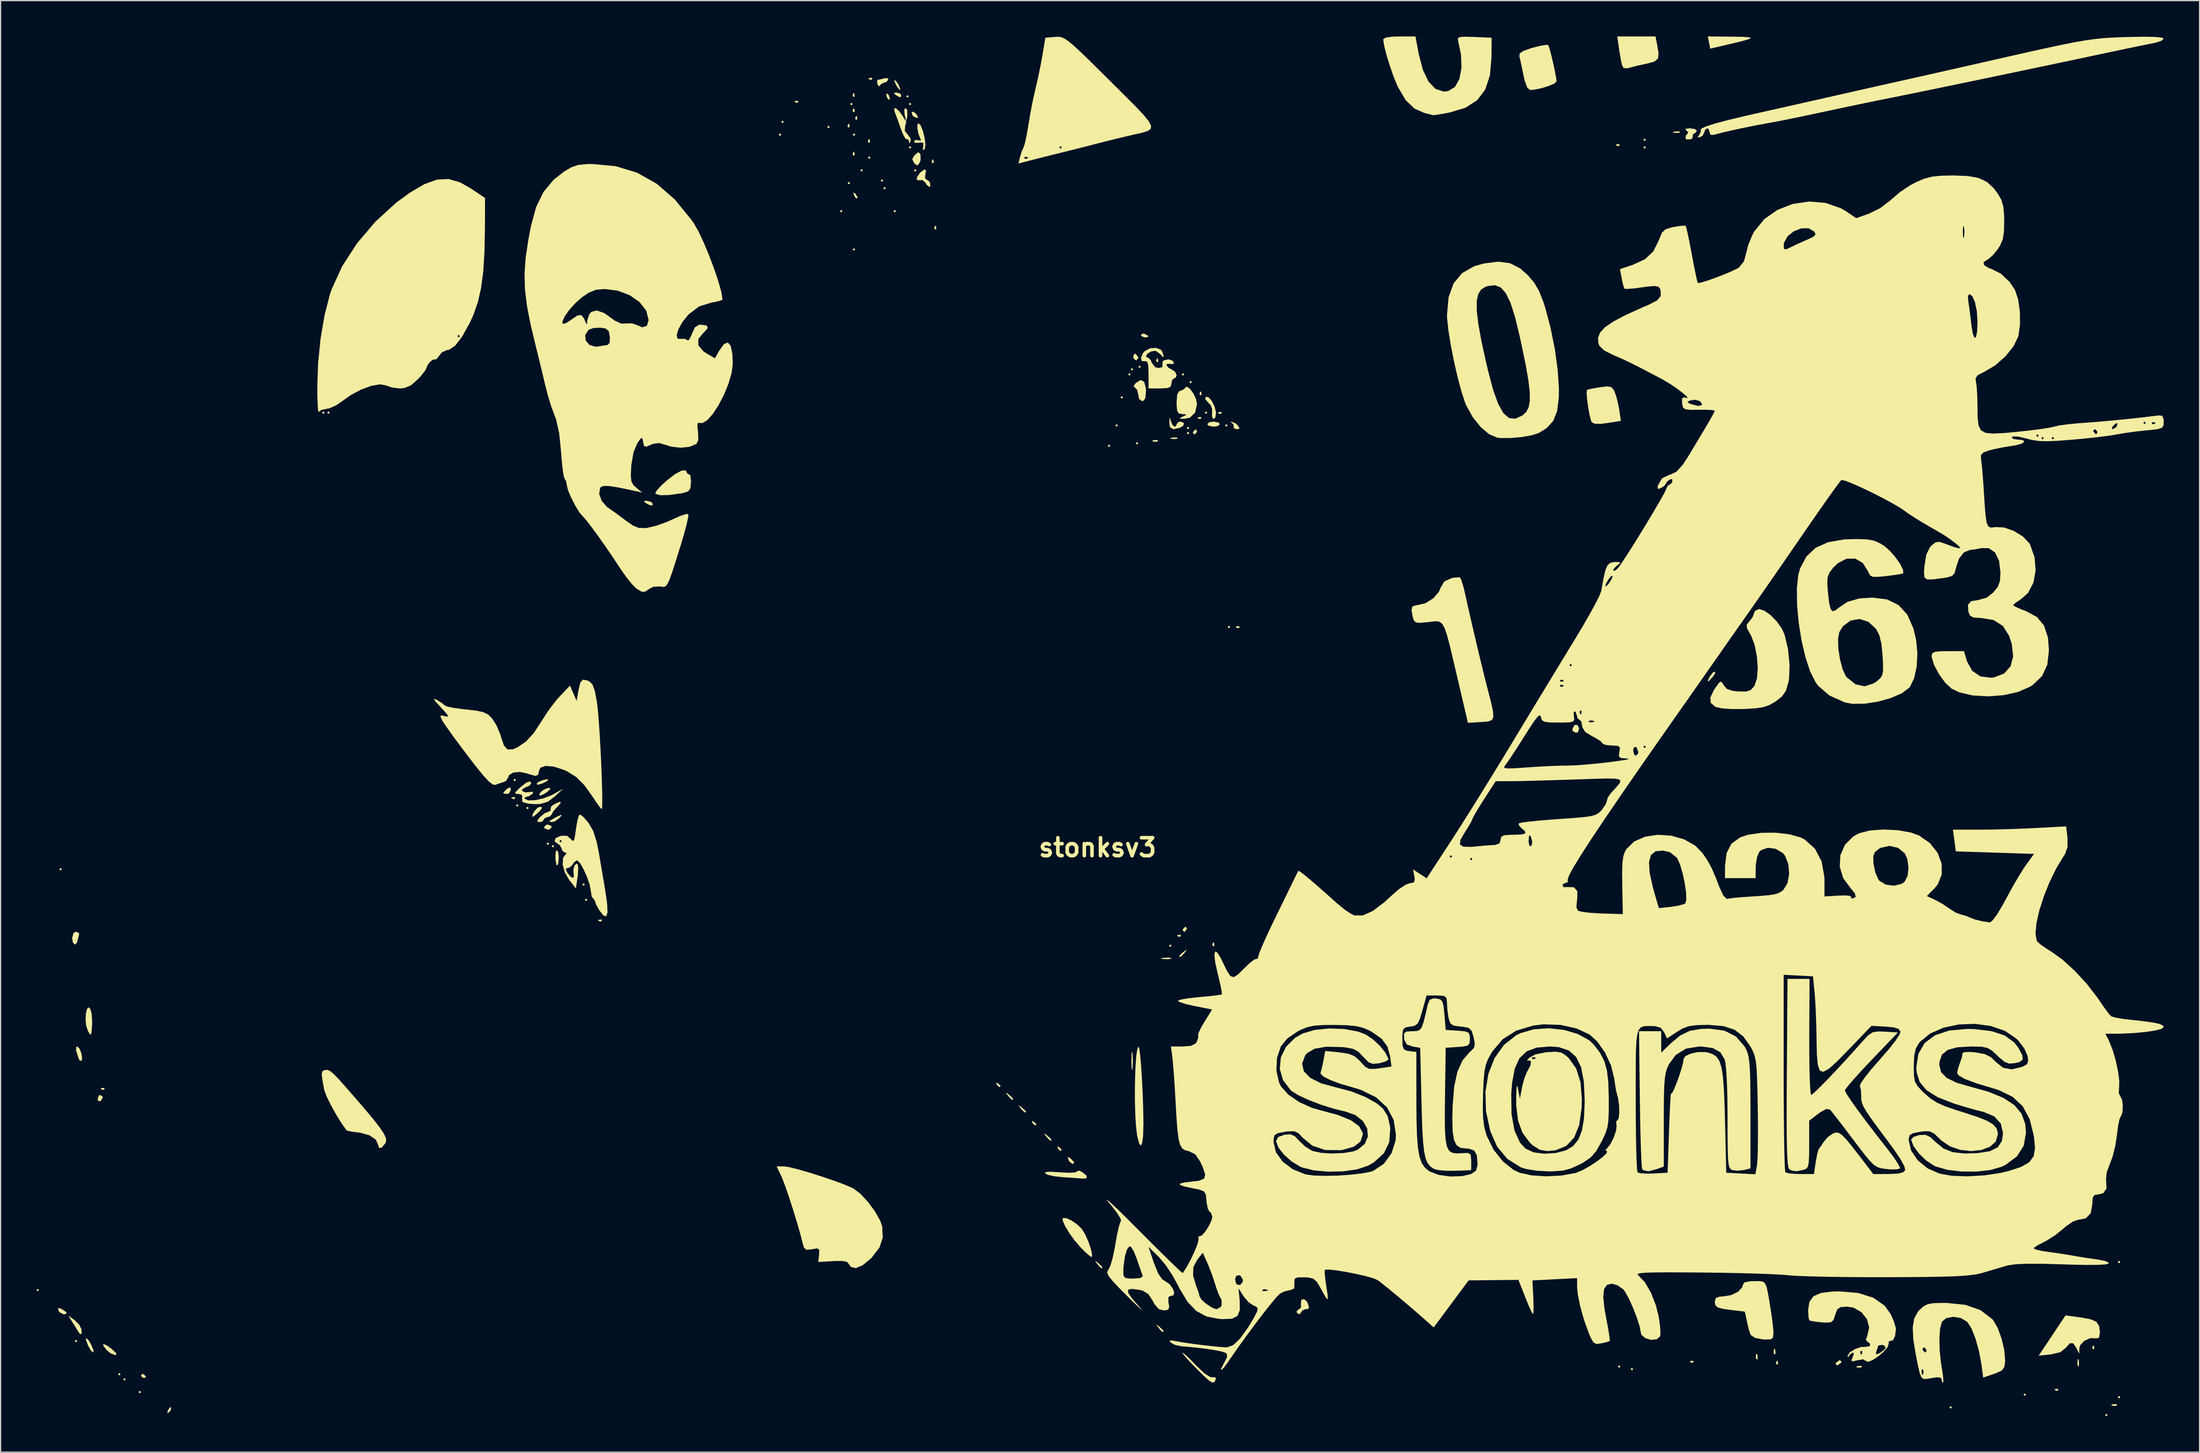
<source format=kicad_pcb>
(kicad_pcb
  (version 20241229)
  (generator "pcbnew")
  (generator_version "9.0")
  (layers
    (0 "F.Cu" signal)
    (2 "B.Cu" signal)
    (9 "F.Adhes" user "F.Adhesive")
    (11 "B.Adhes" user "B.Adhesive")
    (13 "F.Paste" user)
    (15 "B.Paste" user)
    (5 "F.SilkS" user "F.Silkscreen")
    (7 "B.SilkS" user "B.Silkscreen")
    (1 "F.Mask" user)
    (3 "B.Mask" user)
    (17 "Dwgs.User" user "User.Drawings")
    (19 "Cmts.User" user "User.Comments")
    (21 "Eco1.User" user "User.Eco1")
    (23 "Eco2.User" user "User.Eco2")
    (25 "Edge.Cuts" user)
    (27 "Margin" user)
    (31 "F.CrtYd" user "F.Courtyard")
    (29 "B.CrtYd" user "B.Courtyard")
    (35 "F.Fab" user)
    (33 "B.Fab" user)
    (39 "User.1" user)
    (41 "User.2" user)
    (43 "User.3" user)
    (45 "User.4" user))
  (footprint "stonksv3"
    (layer "F.Cu")
    (at 88.793 67.876)
    (property "Reference" "stonksv3" (at 0 0 0) (layer "F.SilkS") (effects (font (size 1.5 1.5) (thickness 0.3))))
    (attr board_only exclude_from_pos_files exclude_from_bom)
    (fp_poly (pts (xy -16.001 -60.725) (xy -16.009 -60.738) (xy -16.006 -60.751)) (stroke (width 0) (type solid)) (fill yes) (layer "F.SilkS"))
    (fp_poly (pts (xy -88.58 37.033) (xy -88.687 37.139) (xy -88.793 37.033) (xy -88.687 36.926)) (stroke (width 0) (type solid)) (fill yes) (layer "F.SilkS"))
    (fp_poly (pts (xy -86.659 1.814) (xy -86.766 1.921) (xy -86.872 1.814) (xy -86.766 1.708)) (stroke (width 0) (type solid)) (fill yes) (layer "F.SilkS"))
    (fp_poly (pts (xy -85.378 41.302) (xy -85.485 41.408) (xy -85.592 41.302) (xy -85.485 41.195)) (stroke (width 0) (type solid)) (fill yes) (layer "F.SilkS"))
    (fp_poly (pts (xy -81.75 44.076) (xy -81.856 44.183) (xy -81.963 44.076) (xy -81.856 43.97)) (stroke (width 0) (type solid)) (fill yes) (layer "F.SilkS"))
    (fp_poly (pts (xy -81.323 44.503) (xy -81.429 44.61) (xy -81.536 44.503) (xy -81.429 44.397)) (stroke (width 0) (type solid)) (fill yes) (layer "F.SilkS"))
    (fp_poly (pts (xy -80.042 45.571) (xy -80.149 45.677) (xy -80.255 45.571) (xy -80.149 45.464)) (stroke (width 0) (type solid)) (fill yes) (layer "F.SilkS"))
    (fp_poly (pts (xy -64.674 -36.392) (xy -64.781 -36.286) (xy -64.887 -36.392) (xy -64.781 -36.499)) (stroke (width 0) (type solid)) (fill yes) (layer "F.SilkS"))
    (fp_poly (pts (xy -64.247 -36.392) (xy -64.354 -36.286) (xy -64.461 -36.392) (xy -64.354 -36.499)) (stroke (width 0) (type solid)) (fill yes) (layer "F.SilkS"))
    (fp_poly (pts (xy -48.666 -5.656) (xy -48.772 -5.55) (xy -48.879 -5.656) (xy -48.772 -5.763)) (stroke (width 0) (type solid)) (fill yes) (layer "F.SilkS"))
    (fp_poly (pts (xy -48.452 -3.522) (xy -48.559 -3.415) (xy -48.666 -3.522) (xy -48.559 -3.629)) (stroke (width 0) (type solid)) (fill yes) (layer "F.SilkS"))
    (fp_poly (pts (xy -47.598 -3.308) (xy -47.705 -3.202) (xy -47.812 -3.308) (xy -47.705 -3.415)) (stroke (width 0) (type solid)) (fill yes) (layer "F.SilkS"))
    (fp_poly (pts (xy -45.891 -0.32) (xy -45.997 -0.213) (xy -46.104 -0.32) (xy -45.997 -0.427)) (stroke (width 0) (type solid)) (fill yes) (layer "F.SilkS"))
    (fp_poly (pts (xy -45.464 -0.107) (xy -45.571 0) (xy -45.677 -0.107) (xy -45.571 -0.213)) (stroke (width 0) (type solid)) (fill yes) (layer "F.SilkS"))
    (fp_poly (pts (xy -42.903 3.095) (xy -43.009 3.202) (xy -43.116 3.095) (xy -43.009 2.988)) (stroke (width 0) (type solid)) (fill yes) (layer "F.SilkS"))
    (fp_poly (pts (xy -42.689 4.376) (xy -42.796 4.482) (xy -42.903 4.376) (xy -42.796 4.269)) (stroke (width 0) (type solid)) (fill yes) (layer "F.SilkS"))
    (fp_poly (pts (xy -26.467 -59.658) (xy -26.574 -59.551) (xy -26.681 -59.658) (xy -26.574 -59.765)) (stroke (width 0) (type solid)) (fill yes) (layer "F.SilkS"))
    (fp_poly (pts (xy -26.254 -60.725) (xy -26.361 -60.618) (xy -26.467 -60.725) (xy -26.361 -60.832)) (stroke (width 0) (type solid)) (fill yes) (layer "F.SilkS"))
    (fp_poly (pts (xy -22.412 -60.298) (xy -22.518 -60.192) (xy -22.625 -60.298) (xy -22.518 -60.405)) (stroke (width 0) (type solid)) (fill yes) (layer "F.SilkS"))
    (fp_poly (pts (xy -21.345 -53.255) (xy -21.451 -53.148) (xy -21.558 -53.255) (xy -21.451 -53.361)) (stroke (width 0) (type solid)) (fill yes) (layer "F.SilkS"))
    (fp_poly (pts (xy -20.704 -55.603) (xy -20.811 -55.496) (xy -20.918 -55.603) (xy -20.811 -55.709)) (stroke (width 0) (type solid)) (fill yes) (layer "F.SilkS"))
    (fp_poly (pts (xy -20.491 -62.219) (xy -20.597 -62.113) (xy -20.704 -62.219) (xy -20.597 -62.326)) (stroke (width 0) (type solid)) (fill yes) (layer "F.SilkS"))
    (fp_poly (pts (xy -20.277 -59.658) (xy -20.384 -59.551) (xy -20.491 -59.658) (xy -20.384 -59.765)) (stroke (width 0) (type solid)) (fill yes) (layer "F.SilkS"))
    (fp_poly (pts (xy -20.277 -50.053) (xy -20.384 -49.946) (xy -20.491 -50.053) (xy -20.384 -50.16)) (stroke (width 0) (type solid)) (fill yes) (layer "F.SilkS"))
    (fp_poly (pts (xy -19.637 -56.67) (xy -19.744 -56.563) (xy -19.85 -56.67) (xy -19.744 -56.776)) (stroke (width 0) (type solid)) (fill yes) (layer "F.SilkS"))
    (fp_poly (pts (xy -18.997 -57.737) (xy -19.103 -57.63) (xy -19.21 -57.737) (xy -19.103 -57.844)) (stroke (width 0) (type solid)) (fill yes) (layer "F.SilkS"))
    (fp_poly (pts (xy -17.929 -55.816) (xy -18.036 -55.709) (xy -18.143 -55.816) (xy -18.036 -55.923)) (stroke (width 0) (type solid)) (fill yes) (layer "F.SilkS"))
    (fp_poly (pts (xy -17.716 -55.176) (xy -17.823 -55.069) (xy -17.929 -55.176) (xy -17.823 -55.282)) (stroke (width 0) (type solid)) (fill yes) (layer "F.SilkS"))
    (fp_poly (pts (xy -16.862 -53.255) (xy -16.969 -53.148) (xy -17.076 -53.255) (xy -16.969 -53.361)) (stroke (width 0) (type solid)) (fill yes) (layer "F.SilkS"))
    (fp_poly (pts (xy -15.795 -62.86) (xy -15.902 -62.753) (xy -16.008 -62.86) (xy -15.902 -62.966)) (stroke (width 0) (type solid)) (fill yes) (layer "F.SilkS"))
    (fp_poly (pts (xy -15.582 -62.219) (xy -15.688 -62.113) (xy -15.795 -62.219) (xy -15.688 -62.326)) (stroke (width 0) (type solid)) (fill yes) (layer "F.SilkS"))
    (fp_poly (pts (xy -15.582 -58.591) (xy -15.688 -58.484) (xy -15.795 -58.591) (xy -15.688 -58.697)) (stroke (width 0) (type solid)) (fill yes) (layer "F.SilkS"))
    (fp_poly (pts (xy -15.155 -56.67) (xy -15.261 -56.563) (xy -15.368 -56.67) (xy -15.261 -56.776)) (stroke (width 0) (type solid)) (fill yes) (layer "F.SilkS"))
    (fp_poly (pts (xy 1.067 -33.618) (xy 0.961 -33.511) (xy 0.854 -33.618) (xy 0.961 -33.724)) (stroke (width 0) (type solid)) (fill yes) (layer "F.SilkS"))
    (fp_poly (pts (xy 1.708 -35.325) (xy 1.601 -35.218) (xy 1.494 -35.325) (xy 1.601 -35.432)) (stroke (width 0) (type solid)) (fill yes) (layer "F.SilkS"))
    (fp_poly (pts (xy 2.134 -37.673) (xy 2.028 -37.566) (xy 1.921 -37.673) (xy 2.028 -37.78)) (stroke (width 0) (type solid)) (fill yes) (layer "F.SilkS"))
    (fp_poly (pts (xy 2.775 -39.594) (xy 2.668 -39.487) (xy 2.561 -39.594) (xy 2.668 -39.701)) (stroke (width 0) (type solid)) (fill yes) (layer "F.SilkS"))
    (fp_poly (pts (xy 2.988 -40.021) (xy 2.882 -39.914) (xy 2.775 -40.021) (xy 2.882 -40.128)) (stroke (width 0) (type solid)) (fill yes) (layer "F.SilkS"))
    (fp_poly (pts (xy 3.415 -33.831) (xy 3.308 -33.724) (xy 3.202 -33.831) (xy 3.308 -33.938)) (stroke (width 0) (type solid)) (fill yes) (layer "F.SilkS"))
    (fp_poly (pts (xy 3.629 -40.234) (xy 3.522 -40.128) (xy 3.415 -40.234) (xy 3.522 -40.341)) (stroke (width 0) (type solid)) (fill yes) (layer "F.SilkS"))
    (fp_poly (pts (xy 6.19 8.218) (xy 6.083 8.324) (xy 5.976 8.218) (xy 6.083 8.111)) (stroke (width 0) (type solid)) (fill yes) (layer "F.SilkS"))
    (fp_poly (pts (xy 7.257 -39.594) (xy 7.15 -39.487) (xy 7.044 -39.594) (xy 7.15 -39.701)) (stroke (width 0) (type solid)) (fill yes) (layer "F.SilkS"))
    (fp_poly (pts (xy 7.684 -35.112) (xy 7.577 -35.005) (xy 7.471 -35.112) (xy 7.577 -35.218)) (stroke (width 0) (type solid)) (fill yes) (layer "F.SilkS"))
    (fp_poly (pts (xy 7.684 -34.685) (xy 7.577 -34.578) (xy 7.471 -34.685) (xy 7.577 -34.792)) (stroke (width 0) (type solid)) (fill yes) (layer "F.SilkS"))
    (fp_poly (pts (xy 7.897 -38.954) (xy 7.791 -38.847) (xy 7.684 -38.954) (xy 7.791 -39.061)) (stroke (width 0) (type solid)) (fill yes) (layer "F.SilkS"))
    (fp_poly (pts (xy 9.178 -36.392) (xy 9.071 -36.286) (xy 8.965 -36.392) (xy 9.071 -36.499)) (stroke (width 0) (type solid)) (fill yes) (layer "F.SilkS"))
    (fp_poly (pts (xy 10.886 -35.325) (xy 10.779 -35.218) (xy 10.672 -35.325) (xy 10.779 -35.432)) (stroke (width 0) (type solid)) (fill yes) (layer "F.SilkS"))
    (fp_poly (pts (xy 11.099 -18.463) (xy 10.992 -18.356) (xy 10.886 -18.463) (xy 10.992 -18.57)) (stroke (width 0) (type solid)) (fill yes) (layer "F.SilkS"))
    (fp_poly (pts (xy 43.756 43.436) (xy 43.65 43.543) (xy 43.543 43.436) (xy 43.65 43.329)) (stroke (width 0) (type solid)) (fill yes) (layer "F.SilkS"))
    (fp_poly (pts (xy 44.824 43.65) (xy 44.717 43.756) (xy 44.61 43.65) (xy 44.717 43.543)) (stroke (width 0) (type solid)) (fill yes) (layer "F.SilkS"))
    (fp_poly (pts (xy 45.891 -59.231) (xy 45.784 -59.124) (xy 45.677 -59.231) (xy 45.784 -59.338)) (stroke (width 0) (type solid)) (fill yes) (layer "F.SilkS"))
    (fp_poly (pts (xy 45.891 -58.591) (xy 45.784 -58.484) (xy 45.677 -58.591) (xy 45.784 -58.697)) (stroke (width 0) (type solid)) (fill yes) (layer "F.SilkS"))
    (fp_poly (pts (xy 71.504 46.851) (xy 71.397 46.958) (xy 71.291 46.851) (xy 71.397 46.745)) (stroke (width 0) (type solid)) (fill yes) (layer "F.SilkS"))
    (fp_poly (pts (xy 77.694 45.784) (xy 77.587 45.891) (xy 77.481 45.784) (xy 77.587 45.677)) (stroke (width 0) (type solid)) (fill yes) (layer "F.SilkS"))
    (fp_poly (pts (xy 84.524 47.492) (xy 84.418 47.598) (xy 84.311 47.492) (xy 84.418 47.385)) (stroke (width 0) (type solid)) (fill yes) (layer "F.SilkS"))
    (fp_poly (pts (xy 85.592 34.685) (xy 85.485 34.792) (xy 85.378 34.685) (xy 85.485 34.578)) (stroke (width 0) (type solid)) (fill yes) (layer "F.SilkS"))
    (fp_poly (pts (xy 85.592 45.997) (xy 85.485 46.104) (xy 85.378 45.997) (xy 85.485 45.891)) (stroke (width 0) (type solid)) (fill yes) (layer "F.SilkS"))
    (fp_poly (pts (xy -83.101 20.135) (xy -83.131 20.262) (xy -83.244 20.277) (xy -83.419 20.199) (xy -83.386 20.135) (xy -83.133 20.109)) (stroke (width 0) (type solid)) (fill yes) (layer "F.SilkS"))
    (fp_poly (pts (xy -48.737 -4.198) (xy -48.766 -4.071) (xy -48.879 -4.055) (xy -49.055 -4.134) (xy -49.021 -4.198) (xy -48.768 -4.223)) (stroke (width 0) (type solid)) (fill yes) (layer "F.SilkS"))
    (fp_poly (pts (xy -41.48 6.048) (xy -41.509 6.175) (xy -41.622 6.19) (xy -41.798 6.112) (xy -41.764 6.048) (xy -41.511 6.022)) (stroke (width 0) (type solid)) (fill yes) (layer "F.SilkS"))
    (fp_poly (pts (xy -25.044 -62.468) (xy -25.074 -62.341) (xy -25.187 -62.326) (xy -25.362 -62.404) (xy -25.329 -62.468) (xy -25.076 -62.494)) (stroke (width 0) (type solid)) (fill yes) (layer "F.SilkS"))
    (fp_poly (pts (xy -20.775 -60.547) (xy -20.75 -60.294) (xy -20.775 -60.263) (xy -20.902 -60.292) (xy -20.918 -60.405) (xy -20.84 -60.581)) (stroke (width 0) (type solid)) (fill yes) (layer "F.SilkS"))
    (fp_poly (pts (xy -20.348 -63.109) (xy -20.323 -62.855) (xy -20.348 -62.824) (xy -20.475 -62.853) (xy -20.491 -62.966) (xy -20.413 -63.142)) (stroke (width 0) (type solid)) (fill yes) (layer "F.SilkS"))
    (fp_poly (pts (xy -20.348 -61.828) (xy -20.323 -61.575) (xy -20.348 -61.543) (xy -20.475 -61.573) (xy -20.491 -61.686) (xy -20.413 -61.861)) (stroke (width 0) (type solid)) (fill yes) (layer "F.SilkS"))
    (fp_poly (pts (xy -20.348 -58.199) (xy -20.323 -57.946) (xy -20.348 -57.915) (xy -20.475 -57.944) (xy -20.491 -58.057) (xy -20.413 -58.233)) (stroke (width 0) (type solid)) (fill yes) (layer "F.SilkS"))
    (fp_poly (pts (xy -20.135 -61.188) (xy -20.109 -60.934) (xy -20.135 -60.903) (xy -20.262 -60.932) (xy -20.277 -61.045) (xy -20.199 -61.221)) (stroke (width 0) (type solid)) (fill yes) (layer "F.SilkS"))
    (fp_poly (pts (xy -19.068 -59.267) (xy -19.042 -59.013) (xy -19.068 -58.982) (xy -19.195 -59.011) (xy -19.21 -59.124) (xy -19.132 -59.3)) (stroke (width 0) (type solid)) (fill yes) (layer "F.SilkS"))
    (fp_poly (pts (xy -18.854 -64.389) (xy -18.884 -64.262) (xy -18.997 -64.247) (xy -19.172 -64.325) (xy -19.139 -64.389) (xy -18.886 -64.415)) (stroke (width 0) (type solid)) (fill yes) (layer "F.SilkS"))
    (fp_poly (pts (xy -15.932 -61.718) (xy -15.915 -61.262) (xy -16.006 -60.751) (xy -16.134 -61.312) (xy -16.172 -61.732) (xy -16.075 -61.899)) (stroke (width 0) (type solid)) (fill yes) (layer "F.SilkS"))
    (fp_poly (pts (xy -13.732 -57.559) (xy -13.706 -57.306) (xy -13.732 -57.275) (xy -13.859 -57.304) (xy -13.874 -57.417) (xy -13.796 -57.592)) (stroke (width 0) (type solid)) (fill yes) (layer "F.SilkS"))
    (fp_poly (pts (xy -13.518 -52.01) (xy -13.493 -51.756) (xy -13.518 -51.725) (xy -13.645 -51.754) (xy -13.661 -51.867) (xy -13.582 -52.043)) (stroke (width 0) (type solid)) (fill yes) (layer "F.SilkS"))
    (fp_poly (pts (xy 5.052 -40.91) (xy 5.077 -40.657) (xy 5.052 -40.626) (xy 4.925 -40.655) (xy 4.909 -40.768) (xy 4.987 -40.944)) (stroke (width 0) (type solid)) (fill yes) (layer "F.SilkS"))
    (fp_poly (pts (xy 5.065 -34.067) (xy 5.001 -33.97) (xy 4.785 -33.955) (xy 4.557 -34.007) (xy 4.656 -34.084) (xy 4.989 -34.109)) (stroke (width 0) (type solid)) (fill yes) (layer "F.SilkS"))
    (fp_poly (pts (xy 6.67 -34.293) (xy 6.697 -34.215) (xy 6.403 -34.185) (xy 6.1 -34.219) (xy 6.137 -34.293) (xy 6.574 -34.321)) (stroke (width 0) (type solid)) (fill yes) (layer "F.SilkS"))
    (fp_poly (pts (xy 6.973 7.328) (xy 6.943 7.455) (xy 6.83 7.471) (xy 6.655 7.392) (xy 6.688 7.328) (xy 6.941 7.303)) (stroke (width 0) (type solid)) (fill yes) (layer "F.SilkS"))
    (fp_poly (pts (xy 8.68 -38.136) (xy 8.706 -37.882) (xy 8.68 -37.851) (xy 8.553 -37.88) (xy 8.538 -37.993) (xy 8.616 -38.169)) (stroke (width 0) (type solid)) (fill yes) (layer "F.SilkS"))
    (fp_poly (pts (xy 8.68 -36.001) (xy 8.651 -35.874) (xy 8.538 -35.859) (xy 8.362 -35.937) (xy 8.396 -36.001) (xy 8.649 -36.027)) (stroke (width 0) (type solid)) (fill yes) (layer "F.SilkS"))
    (fp_poly (pts (xy 9.747 7.969) (xy 9.773 8.222) (xy 9.747 8.253) (xy 9.62 8.224) (xy 9.605 8.111) (xy 9.683 7.935)) (stroke (width 0) (type solid)) (fill yes) (layer "F.SilkS"))
    (fp_poly (pts (xy 10.388 -36.428) (xy 10.358 -36.301) (xy 10.245 -36.286) (xy 10.07 -36.364) (xy 10.103 -36.428) (xy 10.356 -36.454)) (stroke (width 0) (type solid)) (fill yes) (layer "F.SilkS"))
    (fp_poly (pts (xy 11.882 -18.499) (xy 11.852 -18.372) (xy 11.739 -18.356) (xy 11.564 -18.434) (xy 11.597 -18.499) (xy 11.851 -18.524)) (stroke (width 0) (type solid)) (fill yes) (layer "F.SilkS"))
    (fp_poly (pts (xy 43.685 -58.84) (xy 43.656 -58.713) (xy 43.543 -58.697) (xy 43.367 -58.776) (xy 43.401 -58.84) (xy 43.654 -58.865)) (stroke (width 0) (type solid)) (fill yes) (layer "F.SilkS"))
    (fp_poly (pts (xy 48.719 -59.906) (xy 48.746 -59.828) (xy 48.452 -59.798) (xy 48.149 -59.832) (xy 48.185 -59.906) (xy 48.622 -59.934)) (stroke (width 0) (type solid)) (fill yes) (layer "F.SilkS"))
    (fp_poly (pts (xy 49.875 42.974) (xy 49.846 43.101) (xy 49.733 43.116) (xy 49.557 43.038) (xy 49.59 42.974) (xy 49.844 42.948)) (stroke (width 0) (type solid)) (fill yes) (layer "F.SilkS"))
    (fp_poly (pts (xy 55.215 42.436) (xy 55.24 42.769) (xy 55.198 42.845) (xy 55.101 42.781) (xy 55.086 42.565) (xy 55.138 42.337)) (stroke (width 0) (type solid)) (fill yes) (layer "F.SilkS"))
    (fp_poly (pts (xy 56.709 42.009) (xy 56.734 42.342) (xy 56.692 42.418) (xy 56.595 42.354) (xy 56.58 42.138) (xy 56.632 41.91)) (stroke (width 0) (type solid)) (fill yes) (layer "F.SilkS"))
    (fp_poly (pts (xy 56.919 42.974) (xy 56.944 43.227) (xy 56.919 43.258) (xy 56.792 43.229) (xy 56.776 43.116) (xy 56.855 42.94)) (stroke (width 0) (type solid)) (fill yes) (layer "F.SilkS"))
    (fp_poly (pts (xy 63.976 43.414) (xy 63.912 43.511) (xy 63.696 43.526) (xy 63.468 43.474) (xy 63.567 43.397) (xy 63.9 43.372)) (stroke (width 0) (type solid)) (fill yes) (layer "F.SilkS"))
    (fp_poly (pts (xy 80.398 45.322) (xy 80.368 45.448) (xy 80.255 45.464) (xy 80.08 45.386) (xy 80.113 45.322) (xy 80.366 45.296)) (stroke (width 0) (type solid)) (fill yes) (layer "F.SilkS"))
    (fp_poly (pts (xy 82.104 42.849) (xy 82.133 43.286) (xy 82.104 43.383) (xy 82.026 43.41) (xy 81.997 43.116) (xy 82.03 42.813)) (stroke (width 0) (type solid)) (fill yes) (layer "F.SilkS"))
    (fp_poly (pts (xy 83.386 41.693) (xy 83.412 41.946) (xy 83.386 41.978) (xy 83.259 41.948) (xy 83.244 41.835) (xy 83.322 41.66)) (stroke (width 0) (type solid)) (fill yes) (layer "F.SilkS"))
    (fp_poly (pts (xy 85.32 46.616) (xy 85.257 46.713) (xy 85.04 46.728) (xy 84.812 46.676) (xy 84.911 46.599) (xy 85.245 46.573)) (stroke (width 0) (type solid)) (fill yes) (layer "F.SilkS"))
    (fp_poly (pts (xy -77.546 47.071) (xy -77.668 47.228) (xy -77.847 47.363) (xy -77.802 47.149) (xy -77.787 47.109) (xy -77.618 46.847) (xy -77.522 46.846)) (stroke (width 0) (type solid)) (fill yes) (layer "F.SilkS"))
    (fp_poly (pts (xy -20.279 -54.727) (xy -20.251 -54.699) (xy -20.082 -54.419) (xy -20.105 -54.316) (xy -20.264 -54.38) (xy -20.37 -54.579) (xy -20.435 -54.829)) (stroke (width 0) (type solid)) (fill yes) (layer "F.SilkS"))
    (fp_poly (pts (xy -17.509 -63.024) (xy -17.429 -62.869) (xy -17.374 -62.568) (xy -17.518 -62.626) (xy -17.618 -62.767) (xy -17.684 -63.047) (xy -17.657 -63.097)) (stroke (width 0) (type solid)) (fill yes) (layer "F.SilkS"))
    (fp_poly (pts (xy -15.159 -61.371) (xy -15.021 -61.102) (xy -15.116 -61.045) (xy -15.429 -61.202) (xy -15.484 -61.273) (xy -15.563 -61.551) (xy -15.398 -61.574)) (stroke (width 0) (type solid)) (fill yes) (layer "F.SilkS"))
    (fp_poly (pts (xy -8.357 19.723) (xy -8.13 19.922) (xy -8.111 19.97) (xy -8.212 20.057) (xy -8.423 19.861) (xy -8.451 19.817) (xy -8.477 19.671)) (stroke (width 0) (type solid)) (fill yes) (layer "F.SilkS"))
    (fp_poly (pts (xy -5.369 22.925) (xy -5.142 23.123) (xy -5.123 23.171) (xy -5.224 23.259) (xy -5.435 23.063) (xy -5.463 23.019) (xy -5.488 22.873)) (stroke (width 0) (type solid)) (fill yes) (layer "F.SilkS"))
    (fp_poly (pts (xy -3.235 25.059) (xy -3.006 25.274) (xy -3.053 25.398) (xy -3.082 25.4) (xy -3.263 25.248) (xy -3.329 25.154) (xy -3.354 25.008)) (stroke (width 0) (type solid)) (fill yes) (layer "F.SilkS"))
    (fp_poly (pts (xy 40.167 -10.249) (xy 40.301 -9.979) (xy 40.217 -9.661) (xy 40.021 -9.605) (xy 39.751 -9.758) (xy 39.739 -9.936) (xy 39.923 -10.264)) (stroke (width 0) (type solid)) (fill yes) (layer "F.SilkS"))
    (fp_poly (pts (xy -86.751 38.586) (xy -86.654 38.636) (xy -86.284 38.89) (xy -86.31 39.034) (xy -86.529 39.061) (xy -86.858 38.888) (xy -86.951 38.735) (xy -86.982 38.524)) (stroke (width 0) (type solid)) (fill yes) (layer "F.SilkS"))
    (fp_poly (pts (xy -83.25 20.857) (xy -83.244 20.905) (xy -83.399 21.194) (xy -83.457 21.238) (xy -83.64 21.189) (xy -83.671 21.037) (xy -83.559 20.745) (xy -83.457 20.704)) (stroke (width 0) (type solid)) (fill yes) (layer "F.SilkS"))
    (fp_poly (pts (xy -79.829 44.076) (xy -79.625 44.268) (xy -79.615 44.303) (xy -79.78 44.394) (xy -79.829 44.397) (xy -80.034 44.233) (xy -80.042 44.171) (xy -79.911 44.043)) (stroke (width 0) (type solid)) (fill yes) (layer "F.SilkS"))
    (fp_poly (pts (xy -45.953 -5.683) (xy -46.073 -5.561) (xy -46.423 -5.375) (xy -46.807 -5.257) (xy -46.958 -5.316) (xy -46.784 -5.487) (xy -46.41 -5.646) (xy -46.056 -5.713)) (stroke (width 0) (type solid)) (fill yes) (layer "F.SilkS"))
    (fp_poly (pts (xy -45.713 -1.806) (xy -45.677 -1.708) (xy -45.85 -1.518) (xy -45.997 -1.494) (xy -46.282 -1.609) (xy -46.318 -1.708) (xy -46.145 -1.897) (xy -45.997 -1.921)) (stroke (width 0) (type solid)) (fill yes) (layer "F.SilkS"))
    (fp_poly (pts (xy -37.353 -28.917) (xy -37.246 -28.815) (xy -37.229 -28.627) (xy -37.484 -28.658) (xy -37.78 -28.815) (xy -37.98 -28.981) (xy -37.788 -29.025) (xy -37.739 -29.025)) (stroke (width 0) (type solid)) (fill yes) (layer "F.SilkS"))
    (fp_poly (pts (xy -16.813 -64.083) (xy -16.649 -63.82) (xy -16.511 -63.49) (xy -16.527 -63.393) (xy -16.698 -63.557) (xy -16.862 -63.82) (xy -17 -64.15) (xy -16.984 -64.247)) (stroke (width 0) (type solid)) (fill yes) (layer "F.SilkS"))
    (fp_poly (pts (xy -16.492 -63.079) (xy -16.435 -62.966) (xy -16.468 -62.78) (xy -16.653 -62.835) (xy -16.862 -62.966) (xy -17.058 -63.132) (xy -16.857 -63.176) (xy -16.809 -63.177)) (stroke (width 0) (type solid)) (fill yes) (layer "F.SilkS"))
    (fp_poly (pts (xy -7.572 20.558) (xy -7.417 20.677) (xy -7.085 20.989) (xy -7.087 21.128) (xy -7.124 21.131) (xy -7.302 20.985) (xy -7.498 20.758) (xy -7.682 20.505)) (stroke (width 0) (type solid)) (fill yes) (layer "F.SilkS"))
    (fp_poly (pts (xy -6.505 21.625) (xy -6.35 21.744) (xy -6.054 22.008) (xy -5.976 22.118) (xy -6.08 22.182) (xy -6.364 21.907) (xy -6.431 21.825) (xy -6.615 21.572)) (stroke (width 0) (type solid)) (fill yes) (layer "F.SilkS"))
    (fp_poly (pts (xy -4.37 23.973) (xy -4.216 24.092) (xy -3.884 24.404) (xy -3.885 24.543) (xy -3.923 24.546) (xy -4.101 24.4) (xy -4.296 24.173) (xy -4.481 23.92)) (stroke (width 0) (type solid)) (fill yes) (layer "F.SilkS"))
    (fp_poly (pts (xy -2.309 25.985) (xy -2.246 26.036) (xy -1.95 26.337) (xy -2.018 26.46) (xy -2.112 26.467) (xy -2.341 26.296) (xy -2.437 26.117) (xy -2.491 25.886)) (stroke (width 0) (type solid)) (fill yes) (layer "F.SilkS"))
    (fp_poly (pts (xy -0.101 34.645) (xy 0.053 34.764) (xy 0.385 35.076) (xy 0.384 35.215) (xy 0.346 35.218) (xy 0.168 35.073) (xy -0.027 34.845) (xy -0.212 34.592)) (stroke (width 0) (type solid)) (fill yes) (layer "F.SilkS"))
    (fp_poly (pts (xy 3.202 -41.302) (xy 3.407 -41.029) (xy 3.415 -40.969) (xy 3.252 -40.774) (xy 3.202 -40.768) (xy 3.014 -40.942) (xy 2.988 -41.101) (xy 3.092 -41.322)) (stroke (width 0) (type solid)) (fill yes) (layer "F.SilkS"))
    (fp_poly (pts (xy 3.949 -42.98) (xy 4.23 -42.828) (xy 4.269 -42.773) (xy 4.095 -42.698) (xy 3.949 -42.689) (xy 3.665 -42.801) (xy 3.629 -42.896) (xy 3.785 -43.013)) (stroke (width 0) (type solid)) (fill yes) (layer "F.SilkS"))
    (fp_poly (pts (xy 5.021 39.981) (xy 5.176 40.101) (xy 5.508 40.412) (xy 5.506 40.551) (xy 5.469 40.555) (xy 5.291 40.409) (xy 5.095 40.181) (xy 4.911 39.928)) (stroke (width 0) (type solid)) (fill yes) (layer "F.SilkS"))
    (fp_poly (pts (xy 6.137 9.244) (xy 6.203 9.306) (xy 5.908 9.34) (xy 5.763 9.342) (xy 5.375 9.32) (xy 5.329 9.264) (xy 5.389 9.244) (xy 5.931 9.211)) (stroke (width 0) (type solid)) (fill yes) (layer "F.SilkS"))
    (fp_poly (pts (xy 7.404 8.65) (xy 7.284 8.805) (xy 6.973 9.136) (xy 6.834 9.135) (xy 6.83 9.098) (xy 6.976 8.919) (xy 7.204 8.724) (xy 7.457 8.539)) (stroke (width 0) (type solid)) (fill yes) (layer "F.SilkS"))
    (fp_poly (pts (xy 7.468 6.782) (xy 7.471 6.83) (xy 7.307 7.035) (xy 7.245 7.044) (xy 7.117 6.913) (xy 7.15 6.83) (xy 7.342 6.627) (xy 7.376 6.617)) (stroke (width 0) (type solid)) (fill yes) (layer "F.SilkS"))
    (fp_poly (pts (xy 8.322 -34.84) (xy 8.324 -34.792) (xy 8.16 -34.586) (xy 8.098 -34.578) (xy 7.971 -34.709) (xy 8.004 -34.792) (xy 8.196 -34.995) (xy 8.23 -35.005)) (stroke (width 0) (type solid)) (fill yes) (layer "F.SilkS"))
    (fp_poly (pts (xy 10.113 -35.572) (xy 10.245 -35.432) (xy 10.063 -35.271) (xy 9.712 -35.218) (xy 9.311 -35.292) (xy 9.178 -35.432) (xy 9.361 -35.592) (xy 9.712 -35.645)) (stroke (width 0) (type solid)) (fill yes) (layer "F.SilkS"))
    (fp_poly (pts (xy 51.693 -14.595) (xy 51.498 -14.301) (xy 51.204 -13.984) (xy 51.065 -13.874) (xy 51.098 -14.032) (xy 51.227 -14.301) (xy 51.487 -14.639) (xy 51.659 -14.728)) (stroke (width 0) (type solid)) (fill yes) (layer "F.SilkS"))
    (fp_poly (pts (xy 62.254 43.034) (xy 62.219 43.116) (xy 61.937 43.321) (xy 61.874 43.329) (xy 61.758 43.198) (xy 61.792 43.116) (xy 62.075 42.91) (xy 62.138 42.903)) (stroke (width 0) (type solid)) (fill yes) (layer "F.SilkS"))
    (fp_poly (pts (xy -85.606 39.541) (xy -85.203 39.946) (xy -85.02 40.335) (xy -85.015 40.712) (xy -85.155 40.701) (xy -85.297 40.501) (xy -85.524 40.129) (xy -85.79 39.706) (xy -86.125 39.178)) (stroke (width 0) (type solid)) (fill yes) (layer "F.SilkS"))
    (fp_poly (pts (xy -84.411 41.262) (xy -84.214 41.602) (xy -84.031 42.035) (xy -84.018 42.254) (xy -84.039 42.261) (xy -84.237 42.087) (xy -84.469 41.689) (xy -84.652 41.192) (xy -84.616 41.044)) (stroke (width 0) (type solid)) (fill yes) (layer "F.SilkS"))
    (fp_poly (pts (xy -82.883 41.679) (xy -82.497 41.96) (xy -82.123 42.311) (xy -82.123 42.466) (xy -82.197 42.475) (xy -82.588 42.327) (xy -82.925 42.047) (xy -83.209 41.67) (xy -83.183 41.544)) (stroke (width 0) (type solid)) (fill yes) (layer "F.SilkS"))
    (fp_poly (pts (xy -49.093 -4.862) (xy -49.092 -4.829) (xy -49.252 -4.529) (xy -49.413 -4.482) (xy -49.697 -4.526) (xy -49.733 -4.563) (xy -49.591 -4.747) (xy -49.413 -4.909) (xy -49.16 -5.058)) (stroke (width 0) (type solid)) (fill yes) (layer "F.SilkS"))
    (fp_poly (pts (xy -46.474 -3.345) (xy -46.641 -3.095) (xy -46.745 -2.988) (xy -47.091 -2.678) (xy -47.286 -2.561) (xy -47.29 -2.718) (xy -47.171 -2.988) (xy -46.865 -3.328) (xy -46.63 -3.415)) (stroke (width 0) (type solid)) (fill yes) (layer "F.SilkS"))
    (fp_poly (pts (xy -45.805 -4.877) (xy -46.067 -4.638) (xy -46.354 -4.463) (xy -46.673 -4.333) (xy -46.715 -4.462) (xy -46.705 -4.495) (xy -46.452 -4.772) (xy -46.136 -4.939) (xy -45.817 -5.001)) (stroke (width 0) (type solid)) (fill yes) (layer "F.SilkS"))
    (fp_poly (pts (xy -44.859 -2.685) (xy -45.01 -2.49) (xy -45.392 -2.198) (xy -45.632 -2.134) (xy -45.873 -2.174) (xy -45.873 -2.212) (xy -45.637 -2.358) (xy -45.25 -2.567) (xy -44.894 -2.738)) (stroke (width 0) (type solid)) (fill yes) (layer "F.SilkS"))
    (fp_poly (pts (xy 2.929 17.234) (xy 2.929 17.24) (xy 2.964 17.936) (xy 2.927 18.52) (xy 2.883 18.638) (xy 2.852 18.384) (xy 2.841 17.823) (xy 2.854 17.275) (xy 2.885 17.064)) (stroke (width 0) (type solid)) (fill yes) (layer "F.SilkS"))
    (fp_poly (pts (xy -85.221 7.171) (xy -85.249 7.381) (xy -85.364 7.788) (xy -85.378 7.915) (xy -85.541 8.105) (xy -85.592 8.111) (xy -85.752 7.928) (xy -85.805 7.577) (xy -85.688 7.141) (xy -85.462 7.044)) (stroke (width 0) (type solid)) (fill yes) (layer "F.SilkS"))
    (fp_poly (pts (xy -85.185 16.828) (xy -85.03 17.229) (xy -84.969 17.65) (xy -85.027 17.863) (xy -85.186 17.809) (xy -85.266 17.64) (xy -85.427 17.132) (xy -85.478 16.969) (xy -85.463 16.692) (xy -85.376 16.649)) (stroke (width 0) (type solid)) (fill yes) (layer "F.SilkS"))
    (fp_poly (pts (xy -45.126 0.399) (xy -45.084 0.845) (xy -45.084 0.854) (xy -45.13 1.35) (xy -45.217 1.512) (xy -45.275 1.441) (xy -45.354 1.081) (xy -45.366 0.631) (xy -45.315 0.288) (xy -45.252 0.213)) (stroke (width 0) (type solid)) (fill yes) (layer "F.SilkS"))
    (fp_poly (pts (xy -14.861 -58.084) (xy -14.816 -57.979) (xy -14.806 -57.527) (xy -14.886 -57.31) (xy -15.073 -57.077) (xy -15.282 -57.209) (xy -15.352 -57.291) (xy -15.507 -57.608) (xy -15.318 -57.923) (xy -15.282 -57.96) (xy -15.006 -58.184)) (stroke (width 0) (type solid)) (fill yes) (layer "F.SilkS"))
    (fp_poly (pts (xy 11.558 -35.495) (xy 11.739 -35.325) (xy 11.887 -35.073) (xy 11.685 -35.005) (xy 11.646 -35.005) (xy 11.4 -35.095) (xy 11.408 -35.2) (xy 11.363 -35.439) (xy 11.261 -35.504) (xy 11.135 -35.606) (xy 11.233 -35.629)) (stroke (width 0) (type solid)) (fill yes) (layer "F.SilkS"))
    (fp_poly (pts (xy 53.124 -67.856) (xy 54.007 -67.842) (xy 54.528 -67.808) (xy 54.677 -67.741) (xy 54.443 -67.628) (xy 53.814 -67.455) (xy 52.781 -67.208) (xy 52.581 -67.161) (xy 51.268 -66.856) (xy 51.17 -67.366) (xy 51.073 -67.876)) (stroke (width 0) (type solid)) (fill yes) (layer "F.SilkS"))
    (fp_poly (pts (xy -17.556 -64.376) (xy -17.503 -64.27) (xy -17.674 -64.057) (xy -17.805 -64.034) (xy -18.132 -63.881) (xy -18.193 -63.778) (xy -18.314 -63.701) (xy -18.417 -63.884) (xy -18.449 -64.185) (xy -18.367 -64.247) (xy -18.016 -64.317) (xy -17.84 -64.377)) (stroke (width 0) (type solid)) (fill yes) (layer "F.SilkS"))
    (fp_poly (pts (xy -84.281 13.508) (xy -84.169 13.939) (xy -84.129 14.589) (xy -84.139 14.873) (xy -84.185 15.463) (xy -84.245 15.677) (xy -84.361 15.564) (xy -84.498 15.315) (xy -84.633 14.891) (xy -84.68 14.378) (xy -84.653 13.882) (xy -84.564 13.511) (xy -84.425 13.371)) (stroke (width 0) (type solid)) (fill yes) (layer "F.SilkS"))
    (fp_poly (pts (xy 3.899 -38.979) (xy 4.044 -38.46) (xy 4.055 -38.189) (xy 4 -37.602) (xy 3.818 -37.365) (xy 3.735 -37.353) (xy 3.477 -37.538) (xy 3.415 -37.869) (xy 3.318 -38.299) (xy 3.15 -38.473) (xy 3.015 -38.619) (xy 3.205 -38.881) (xy 3.609 -39.128)) (stroke (width 0) (type solid)) (fill yes) (layer "F.SilkS"))
    (fp_poly (pts (xy 6.08 -35.918) (xy 6.127 -35.699) (xy 6.278 -35.348) (xy 6.48 -35.208) (xy 6.61 -35.345) (xy 6.617 -35.432) (xy 6.79 -35.621) (xy 6.937 -35.645) (xy 7.225 -35.537) (xy 7.183 -35.307) (xy 6.92 -35.135) (xy 6.351 -35.003) (xy 6.061 -35.176) (xy 6.006 -35.592) (xy 6.035 -35.958)) (stroke (width 0) (type solid)) (fill yes) (layer "F.SilkS"))
    (fp_poly (pts (xy 9.269 -37.697) (xy 9.543 -37.4) (xy 9.784 -36.938) (xy 9.913 -36.434) (xy 9.917 -36.375) (xy 9.862 -35.996) (xy 9.723 -35.848) (xy 9.599 -36.006) (xy 9.58 -36.126) (xy 9.584 -36.59) (xy 9.594 -36.679) (xy 9.47 -37.021) (xy 9.246 -37.248) (xy 9.013 -37.533) (xy 9.042 -37.709)) (stroke (width 0) (type solid)) (fill yes) (layer "F.SilkS"))
    (fp_poly (pts (xy -14.351 -56.67) (xy -14.408 -56.35) (xy -14.435 -56.012) (xy -14.338 -55.923) (xy -14.092 -55.752) (xy -14.01 -55.603) (xy -13.995 -55.327) (xy -14.071 -55.282) (xy -14.296 -55.453) (xy -14.387 -55.625) (xy -14.651 -55.861) (xy -14.836 -55.845) (xy -15.105 -55.847) (xy -15.119 -56.083) (xy -14.874 -56.446) (xy -14.85 -56.472) (xy -14.493 -56.748)) (stroke (width 0) (type solid)) (fill yes) (layer "F.SilkS"))
    (fp_poly (pts (xy -2.183 31.208) (xy -1.69 31.547) (xy -1.309 31.922) (xy -1.03 32.381) (xy -0.762 32.985) (xy -0.552 33.597) (xy -0.451 34.077) (xy -0.48 34.275) (xy -0.657 34.178) (xy -1.033 33.845) (xy -1.425 33.453) (xy -1.927 32.868) (xy -2.385 32.229) (xy -2.737 31.638) (xy -2.922 31.194) (xy -2.912 31.016) (xy -2.636 31.005)) (stroke (width 0) (type solid)) (fill yes) (layer "F.SilkS"))
    (fp_poly (pts (xy 17.525 37.991) (xy 17.586 38.117) (xy 17.702 38.496) (xy 17.591 38.623) (xy 17.396 38.634) (xy 17.112 38.749) (xy 17.076 38.847) (xy 16.913 39.054) (xy 16.862 39.061) (xy 16.655 38.898) (xy 16.649 38.847) (xy 16.814 38.644) (xy 16.887 38.634) (xy 17.034 38.465) (xy 17.014 38.207) (xy 17.043 37.864) (xy 17.267 37.784)) (stroke (width 0) (type solid)) (fill yes) (layer "F.SilkS"))
    (fp_poly (pts (xy 46.825 -67.209) (xy 46.947 -66.465) (xy 46.896 -66.025) (xy 46.605 -65.776) (xy 46.007 -65.608) (xy 45.837 -65.573) (xy 45.132 -65.418) (xy 44.562 -65.272) (xy 44.363 -65.208) (xy 44.021 -65.235) (xy 43.894 -65.459) (xy 43.797 -65.9) (xy 43.682 -66.561) (xy 43.638 -66.862) (xy 43.494 -67.876) (xy 45.093 -67.876) (xy 46.691 -67.876)) (stroke (width 0) (type solid)) (fill yes) (layer "F.SilkS"))
    (fp_poly (pts (xy 49.999 -60.124) (xy 50.16 -59.978) (xy 49.996 -59.773) (xy 49.934 -59.765) (xy 49.799 -59.638) (xy 49.826 -59.574) (xy 49.77 -59.347) (xy 49.632 -59.263) (xy 49.294 -59.258) (xy 49.203 -59.332) (xy 49.24 -59.595) (xy 49.325 -59.67) (xy 49.429 -59.861) (xy 49.275 -60.002) (xy 49.186 -60.136) (xy 49.497 -60.187) (xy 49.573 -60.188)) (stroke (width 0) (type solid)) (fill yes) (layer "F.SilkS"))
    (fp_poly (pts (xy -1.281 27.157) (xy -0.919 27.462) (xy -0.907 27.666) (xy -1.227 27.708) (xy -1.636 27.673) (xy -2.306 27.626) (xy -2.882 27.589) (xy -3.602 27.511) (xy -4.153 27.39) (xy -4.376 27.282) (xy -4.357 27.165) (xy -3.985 27.129) (xy -3.227 27.172) (xy -3.148 27.179) (xy -2.349 27.22) (xy -1.849 27.184) (xy -1.708 27.098) (xy -1.56 27.033)) (stroke (width 0) (type solid)) (fill yes) (layer "F.SilkS"))
    (fp_poly (pts (xy 7.303 42.407) (xy 7.71 42.787) (xy 8.231 43.321) (xy 8.251 43.343) (xy 8.94 44.003) (xy 9.44 44.312) (xy 9.631 44.328) (xy 9.898 44.347) (xy 9.886 44.528) (xy 9.774 44.734) (xy 9.609 44.773) (xy 9.332 44.608) (xy 8.882 44.204) (xy 8.218 43.543) (xy 7.662 42.966) (xy 7.266 42.523) (xy 7.091 42.285) (xy 7.095 42.262)) (stroke (width 0) (type solid)) (fill yes) (layer "F.SilkS"))
    (fp_poly (pts (xy -34.365 -31.364) (xy -34.243 -31.226) (xy -34.182 -31.251) (xy -34.071 -31.14) (xy -34.021 -30.724) (xy -34.022 -30.573) (xy -34.069 -30.061) (xy -34.254 -29.804) (xy -34.702 -29.668) (xy -34.898 -29.631) (xy -35.888 -29.496) (xy -36.603 -29.485) (xy -36.98 -29.596) (xy -37.007 -29.627) (xy -36.913 -29.842) (xy -36.564 -30.238) (xy -36.073 -30.694) (xy -35.35 -31.251) (xy -34.796 -31.547) (xy -34.454 -31.563)) (stroke (width 0) (type solid)) (fill yes) (layer "F.SilkS"))
    (fp_poly (pts (xy -44.898 -3.776) (xy -45.117 -3.496) (xy -45.21 -3.407) (xy -45.545 -3.032) (xy -45.677 -2.766) (xy -45.85 -2.584) (xy -45.997 -2.561) (xy -46.282 -2.446) (xy -46.318 -2.348) (xy -46.493 -2.164) (xy -46.671 -2.134) (xy -46.893 -2.17) (xy -46.825 -2.344) (xy -46.638 -2.561) (xy -46.244 -2.883) (xy -45.952 -2.988) (xy -45.754 -3.096) (xy -45.777 -3.191) (xy -45.717 -3.434) (xy -45.484 -3.618) (xy -45.026 -3.821)) (stroke (width 0) (type solid)) (fill yes) (layer "F.SilkS"))
    (fp_poly (pts (xy -16.622 -61.645) (xy -16.374 -61.312) (xy -16.009 -60.738) (xy -16.022 -60.664) (xy -16.09 -60.443) (xy -16.13 -59.966) (xy -15.892 -59.677) (xy -15.644 -59.338) (xy -15.642 -59.106) (xy -15.744 -58.912) (xy -15.778 -59.107) (xy -15.872 -59.292) (xy -15.947 -59.257) (xy -16.094 -59.349) (xy -16.306 -59.752) (xy -16.45 -60.128) (xy -16.687 -60.803) (xy -16.892 -61.354) (xy -16.961 -61.526) (xy -17.032 -61.843) (xy -16.893 -61.873)) (stroke (width 0) (type solid)) (fill yes) (layer "F.SilkS"))
    (fp_poly (pts (xy -14.802 -60.431) (xy -14.616 -59.971) (xy -14.471 -59.39) (xy -14.403 -58.841) (xy -14.447 -58.477) (xy -14.474 -58.439) (xy -14.624 -58.366) (xy -14.588 -58.652) (xy -14.567 -58.974) (xy -14.821 -59.002) (xy -14.92 -58.978) (xy -15.274 -58.974) (xy -15.368 -59.093) (xy -15.21 -59.225) (xy -15.013 -59.188) (xy -14.772 -59.157) (xy -14.814 -59.305) (xy -14.982 -59.712) (xy -15.074 -60.178) (xy -15.067 -60.531) (xy -14.992 -60.618)) (stroke (width 0) (type solid)) (fill yes) (layer "F.SilkS"))
    (fp_poly (pts (xy 43.001 -38.528) (xy 43.201 -38.288) (xy 43.27 -38.146) (xy 43.452 -37.602) (xy 43.615 -36.885) (xy 43.652 -36.665) (xy 43.795 -35.708) (xy 42.975 -35.572) (xy 42.134 -35.458) (xy 41.624 -35.461) (xy 41.365 -35.588) (xy 41.304 -35.699) (xy 41.177 -36.191) (xy 41.059 -36.834) (xy 40.969 -37.491) (xy 40.927 -38.023) (xy 40.949 -38.29) (xy 40.956 -38.298) (xy 41.23 -38.375) (xy 41.77 -38.478) (xy 42.06 -38.524) (xy 42.668 -38.592)) (stroke (width 0) (type solid)) (fill yes) (layer "F.SilkS"))
    (fp_poly (pts (xy 82.272 39.323) (xy 83.102 39.474) (xy 83.591 39.695) (xy 83.822 40.055) (xy 83.881 40.601) (xy 83.808 41.023) (xy 83.601 41.073) (xy 83.086 41.054) (xy 82.569 41.283) (xy 82.22 41.664) (xy 82.162 41.883) (xy 82.148 42.369) (xy 81.916 41.889) (xy 81.644 41.485) (xy 81.366 41.485) (xy 81.026 41.866) (xy 80.573 42.228) (xy 79.805 42.413) (xy 79.732 42.421) (xy 78.759 42.518) (xy 79.881 40.836) (xy 81.003 39.153)) (stroke (width 0) (type solid)) (fill yes) (layer "F.SilkS"))
    (fp_poly (pts (xy 3.5 16.849) (xy 3.57 17.398) (xy 3.642 18.217) (xy 3.709 19.228) (xy 3.767 20.352) (xy 3.811 21.512) (xy 3.837 22.629) (xy 3.841 23.212) (xy 3.813 24.143) (xy 3.737 24.727) (xy 3.624 24.946) (xy 3.486 24.78) (xy 3.336 24.209) (xy 3.309 24.066) (xy 3.222 23.357) (xy 3.163 22.43) (xy 3.131 21.366) (xy 3.126 20.247) (xy 3.145 19.153) (xy 3.187 18.166) (xy 3.251 17.365) (xy 3.336 16.833) (xy 3.435 16.649)) (stroke (width 0) (type solid)) (fill yes) (layer "F.SilkS"))
    (fp_poly (pts (xy 7.747 -38.376) (xy 8.023 -37.993) (xy 8.241 -37.526) (xy 8.324 -37.092) (xy 8.165 -36.394) (xy 7.725 -35.972) (xy 7.219 -35.874) (xy 6.88 -35.899) (xy 6.947 -35.981) (xy 7.15 -36.072) (xy 7.438 -36.213) (xy 7.326 -36.261) (xy 7.097 -36.271) (xy 6.799 -36.331) (xy 6.658 -36.563) (xy 6.618 -37.081) (xy 6.617 -37.246) (xy 6.664 -37.893) (xy 6.816 -38.18) (xy 6.919 -38.207) (xy 7.254 -38.367) (xy 7.317 -38.474) (xy 7.487 -38.57)) (stroke (width 0) (type solid)) (fill yes) (layer "F.SilkS"))
    (fp_poly (pts (xy 37.713 -67.16) (xy 37.808 -66.913) (xy 37.952 -66.381) (xy 38.116 -65.697) (xy 38.267 -64.996) (xy 38.376 -64.411) (xy 38.413 -64.112) (xy 38.23 -63.937) (xy 37.765 -63.733) (xy 37.157 -63.546) (xy 36.544 -63.42) (xy 36.206 -63.393) (xy 35.963 -63.586) (xy 35.746 -64.177) (xy 35.646 -64.621) (xy 35.495 -65.355) (xy 35.363 -65.956) (xy 35.299 -66.212) (xy 35.327 -66.45) (xy 35.612 -66.655) (xy 36.229 -66.876) (xy 36.397 -66.926) (xy 37.059 -67.095) (xy 37.542 -67.175)) (stroke (width 0) (type solid)) (fill yes) (layer "F.SilkS"))
    (fp_poly (pts (xy -64.23 18.694) (xy -63.946 18.925) (xy -63.531 19.349) (xy -62.933 20.017) (xy -62.391 20.636) (xy -61.361 21.829) (xy -60.591 22.75) (xy -60.052 23.443) (xy -59.715 23.951) (xy -59.551 24.316) (xy -59.53 24.583) (xy -59.598 24.756) (xy -59.906 25.118) (xy -60.126 25.143) (xy -60.192 24.899) (xy -60.389 24.449) (xy -60.92 24.085) (xy -61.692 23.866) (xy -61.85 23.847) (xy -62.424 23.773) (xy -62.784 23.696) (xy -62.832 23.671) (xy -63.236 23.116) (xy -63.698 22.372) (xy -64.144 21.571) (xy -64.503 20.844) (xy -64.701 20.321) (xy -64.711 20.277) (xy -64.86 19.473) (xy -64.918 18.995) (xy -64.881 18.75) (xy -64.742 18.646) (xy -64.626 18.617) (xy -64.438 18.608)) (stroke (width 0) (type solid)) (fill yes) (layer "F.SilkS"))
    (fp_poly (pts (xy -47.385 -5.361) (xy -47.563 -5.164) (xy -47.833 -5.055) (xy -48.135 -4.885) (xy -48.153 -4.73) (xy -47.871 -4.613) (xy -47.565 -4.643) (xy -47.244 -4.669) (xy -47.257 -4.516) (xy -47.586 -4.29) (xy -47.73 -4.269) (xy -47.948 -4.172) (xy -47.932 -4.077) (xy -47.624 -3.942) (xy -47.058 -3.963) (xy -46.367 -4.117) (xy -45.68 -4.382) (xy -45.507 -4.474) (xy -44.717 -4.922) (xy -45.414 -4.275) (xy -46.011 -3.826) (xy -46.637 -3.647) (xy -47.055 -3.629) (xy -47.658 -3.673) (xy -48.062 -3.785) (xy -48.132 -3.842) (xy -48.163 -4.202) (xy -48.132 -4.269) (xy -48.199 -4.436) (xy -48.451 -4.482) (xy -48.72 -4.505) (xy -48.713 -4.63) (xy -48.408 -4.939) (xy -48.325 -5.016) (xy -47.796 -5.437) (xy -47.474 -5.536)) (stroke (width 0) (type solid)) (fill yes) (layer "F.SilkS"))
    (fp_poly (pts (xy 55.67 36.32) (xy 55.862 36.47) (xy 55.999 36.804) (xy 56.122 37.393) (xy 56.273 38.307) (xy 56.331 38.658) (xy 56.452 39.482) (xy 56.536 40.214) (xy 56.563 40.641) (xy 56.527 41.003) (xy 56.34 41.155) (xy 55.88 41.171) (xy 55.694 41.161) (xy 55.036 41.041) (xy 54.668 40.802) (xy 54.655 40.779) (xy 54.505 40.354) (xy 54.358 39.744) (xy 54.34 39.647) (xy 54.238 39.132) (xy 54.163 38.852) (xy 54.152 38.836) (xy 53.934 38.808) (xy 53.434 38.749) (xy 53.148 38.717) (xy 52.362 38.612) (xy 51.912 38.493) (xy 51.706 38.314) (xy 51.654 38.033) (xy 51.654 38) (xy 51.742 37.694) (xy 52.081 37.577) (xy 52.353 37.566) (xy 53.028 37.454) (xy 53.607 37.168) (xy 53.955 36.787) (xy 54.002 36.594) (xy 54.143 36.387) (xy 54.608 36.295) (xy 54.958 36.286) (xy 55.383 36.282)) (stroke (width 0) (type solid)) (fill yes) (layer "F.SilkS"))
    (fp_poly (pts (xy -25.775 26.751) (xy -25.029 26.938) (xy -24.092 27.21) (xy -23.07 27.534) (xy -22.066 27.875) (xy -21.185 28.201) (xy -20.531 28.478) (xy -20.438 28.524) (xy -19.856 28.961) (xy -19.218 29.646) (xy -18.628 30.444) (xy -18.189 31.217) (xy -18.021 31.704) (xy -17.973 32.644) (xy -18.244 33.468) (xy -18.876 34.292) (xy -18.985 34.404) (xy -19.662 34.962) (xy -20.231 35.198) (xy -20.641 35.099) (xy -20.789 34.878) (xy -20.959 34.681) (xy -21.336 34.597) (xy -22.021 34.604) (xy -22.146 34.611) (xy -23.372 34.685) (xy -23.301 34.077) (xy -23.285 33.664) (xy -23.456 33.544) (xy -23.88 33.612) (xy -24.344 33.668) (xy -24.563 33.494) (xy -24.664 33.153) (xy -24.851 32.41) (xy -25.128 31.445) (xy -25.455 30.375) (xy -25.798 29.315) (xy -26.118 28.381) (xy -26.379 27.688) (xy -26.47 27.481) (xy -26.855 26.681) (xy -26.226 26.681)) (stroke (width 0) (type solid)) (fill yes) (layer "F.SilkS"))
    (fp_poly (pts (xy 30.425 -22.435) (xy 30.587 -21.941) (xy 30.721 -21.398) (xy 30.995 -20.165) (xy 31.323 -18.734) (xy 31.676 -17.223) (xy 32.026 -15.751) (xy 32.346 -14.436) (xy 32.608 -13.397) (xy 32.651 -13.234) (xy 32.933 -12.145) (xy 33.096 -11.401) (xy 33.125 -10.935) (xy 33.006 -10.676) (xy 32.726 -10.558) (xy 32.27 -10.512) (xy 32.093 -10.502) (xy 30.996 -10.438) (xy 30.106 -14.237) (xy 29.748 -15.767) (xy 29.47 -16.931) (xy 29.245 -17.776) (xy 29.049 -18.352) (xy 28.856 -18.705) (xy 28.641 -18.885) (xy 28.379 -18.938) (xy 28.044 -18.914) (xy 27.676 -18.867) (xy 27.011 -18.803) (xy 26.65 -18.836) (xy 26.476 -19) (xy 26.395 -19.238) (xy 26.272 -19.859) (xy 26.351 -20.176) (xy 26.661 -20.276) (xy 26.734 -20.278) (xy 27.443 -20.445) (xy 28.111 -20.868) (xy 28.584 -21.432) (xy 28.7 -21.732) (xy 29.02 -22.268) (xy 29.678 -22.566) (xy 30.302 -22.625)) (stroke (width 0) (type solid)) (fill yes) (layer "F.SilkS"))
    (fp_poly (pts (xy 26.872 -66.436) (xy 27.219 -65.094) (xy 27.694 -64.106) (xy 28.28 -63.489) (xy 28.963 -63.263) (xy 29.352 -63.306) (xy 29.911 -63.653) (xy 30.283 -64.322) (xy 30.456 -65.247) (xy 30.415 -66.36) (xy 30.172 -67.512) (xy 30.153 -67.713) (xy 30.301 -67.821) (xy 30.699 -67.855) (xy 31.43 -67.836) (xy 31.519 -67.832) (xy 32.977 -67.769) (xy 32.968 -66.134) (xy 32.836 -64.621) (xy 32.445 -63.434) (xy 31.772 -62.541) (xy 30.791 -61.911) (xy 29.478 -61.513) (xy 29.363 -61.491) (xy 28.694 -61.372) (xy 28.229 -61.296) (xy 28.082 -61.281) (xy 27.889 -61.339) (xy 27.435 -61.452) (xy 27.36 -61.47) (xy 26.514 -61.841) (xy 25.791 -62.544) (xy 25.15 -63.624) (xy 25.075 -63.783) (xy 24.767 -64.537) (xy 24.456 -65.431) (xy 24.182 -66.332) (xy 23.985 -67.107) (xy 23.906 -67.624) (xy 23.906 -67.64) (xy 24.109 -67.779) (xy 24.684 -67.859) (xy 25.256 -67.876) (xy 26.607 -67.876)) (stroke (width 0) (type solid)) (fill yes) (layer "F.SilkS"))
    (fp_poly (pts (xy 38.815 17.161) (xy 39.186 17.397) (xy 39.461 17.657) (xy 40.062 18.509) (xy 40.415 19.636) (xy 40.53 21.073) (xy 40.507 21.812) (xy 40.307 23.22) (xy 39.883 24.269) (xy 39.226 24.971) (xy 38.328 25.337) (xy 37.642 25.4) (xy 37.003 25.294) (xy 36.419 24.921) (xy 36.18 24.696) (xy 35.565 23.881) (xy 35.193 22.871) (xy 35.039 21.589) (xy 35.034 20.918) (xy 35.056 20.229) (xy 35.09 19.936) (xy 35.145 20.008) (xy 35.204 20.277) (xy 35.347 21.024) (xy 35.523 20.064) (xy 35.696 19.376) (xy 35.917 18.811) (xy 35.992 18.682) (xy 36.227 18.233) (xy 36.272 17.902) (xy 36.123 17.799) (xy 36.019 17.84) (xy 35.939 17.828) (xy 36.115 17.604) (xy 36.169 17.574) (xy 36.357 17.574) (xy 36.386 17.701) (xy 36.499 17.716) (xy 36.675 17.638) (xy 36.641 17.574) (xy 36.388 17.548) (xy 36.357 17.574) (xy 36.169 17.574) (xy 36.641 17.309) (xy 37.518 17.134) (xy 37.653 17.122) (xy 38.36 17.086)) (stroke (width 0) (type solid)) (fill yes) (layer "F.SilkS"))
    (fp_poly (pts (xy 5.317 -41.646) (xy 5.42 -41.498) (xy 5.543 -41.092) (xy 5.465 -41.053) (xy 5.267 -41.287) (xy 4.87 -41.564) (xy 4.519 -41.527) (xy 4.176 -41.334) (xy 4.046 -41.111) (xy 4.193 -40.984) (xy 4.244 -40.982) (xy 4.443 -40.804) (xy 4.544 -40.555) (xy 4.831 -40.194) (xy 5.115 -40.128) (xy 5.432 -40.21) (xy 5.428 -40.365) (xy 5.445 -40.665) (xy 5.556 -40.772) (xy 5.943 -40.857) (xy 6.293 -40.738) (xy 6.403 -40.538) (xy 6.246 -40.441) (xy 6.083 -40.477) (xy 5.809 -40.475) (xy 5.763 -40.378) (xy 5.94 -40.143) (xy 6.19 -40.021) (xy 6.495 -39.807) (xy 6.622 -39.512) (xy 6.523 -39.3) (xy 6.403 -39.274) (xy 6.23 -39.095) (xy 6.19 -38.847) (xy 6.127 -38.58) (xy 5.866 -38.454) (xy 5.298 -38.42) (xy 5.229 -38.42) (xy 4.269 -38.42) (xy 4.269 -39.617) (xy 4.249 -40.302) (xy 4.173 -40.64) (xy 4.017 -40.711) (xy 3.949 -40.691) (xy 3.691 -40.718) (xy 3.638 -40.986) (xy 3.793 -41.361) (xy 3.933 -41.53) (xy 4.383 -41.777) (xy 4.905 -41.814)) (stroke (width 0) (type solid)) (fill yes) (layer "F.SilkS"))
    (fp_poly (pts (xy 55.801 -19.819) (xy 56.328 -19.448) (xy 56.847 -18.917) (xy 57.278 -18.293) (xy 57.501 -17.786) (xy 57.782 -16.581) (xy 57.911 -15.313) (xy 57.872 -14.17) (xy 57.817 -13.84) (xy 57.606 -13.123) (xy 57.275 -12.638) (xy 56.736 -12.221) (xy 56.238 -11.931) (xy 55.728 -11.751) (xy 55.071 -11.65) (xy 54.133 -11.596) (xy 54.034 -11.592) (xy 53.028 -11.59) (xy 52.222 -11.65) (xy 51.726 -11.765) (xy 51.707 -11.774) (xy 51.321 -12.095) (xy 51.274 -12.536) (xy 51.564 -13.158) (xy 51.697 -13.36) (xy 52.008 -13.789) (xy 52.184 -13.897) (xy 52.33 -13.717) (xy 52.396 -13.587) (xy 52.662 -13.276) (xy 53.142 -13.113) (xy 53.621 -13.062) (xy 54.264 -13.053) (xy 54.647 -13.173) (xy 54.931 -13.478) (xy 54.98 -13.551) (xy 55.185 -14.155) (xy 55.248 -15.017) (xy 55.178 -15.994) (xy 54.989 -16.946) (xy 54.692 -17.733) (xy 54.621 -17.857) (xy 54.353 -18.338) (xy 54.316 -18.626) (xy 54.494 -18.879) (xy 54.519 -18.904) (xy 54.789 -19.23) (xy 54.859 -19.385) (xy 54.963 -19.675) (xy 55.044 -19.817) (xy 55.346 -19.964)) (stroke (width 0) (type solid)) (fill yes) (layer "F.SilkS"))
    (fp_poly (pts (xy 28.342 12.633) (xy 28.667 12.702) (xy 28.854 12.883) (xy 28.957 13.282) (xy 29.029 13.981) (xy 29.135 15.261) (xy 30.149 15.326) (xy 30.761 15.385) (xy 31.059 15.506) (xy 31.155 15.767) (xy 31.163 16.008) (xy 31.132 16.383) (xy 30.963 16.575) (xy 30.544 16.66) (xy 30.149 16.69) (xy 29.135 16.755) (xy 29.077 20.845) (xy 29.061 22.404) (xy 29.072 23.586) (xy 29.126 24.442) (xy 29.237 25.021) (xy 29.42 25.373) (xy 29.691 25.549) (xy 30.064 25.598) (xy 30.498 25.575) (xy 31.009 25.557) (xy 31.223 25.7) (xy 31.269 26.116) (xy 31.27 26.255) (xy 31.27 27.001) (xy 29.882 27.053) (xy 29.102 27.047) (xy 28.457 26.98) (xy 28.124 26.883) (xy 27.838 26.677) (xy 27.617 26.402) (xy 27.451 26.004) (xy 27.328 25.427) (xy 27.241 24.616) (xy 27.177 23.516) (xy 27.129 22.07) (xy 27.108 21.24) (xy 27.001 16.759) (xy 26.361 16.65) (xy 25.876 16.477) (xy 25.675 16.101) (xy 25.653 15.954) (xy 25.648 15.562) (xy 25.836 15.4) (xy 26.332 15.368) (xy 26.338 15.368) (xy 26.691 15.359) (xy 26.937 15.282) (xy 27.118 15.064) (xy 27.277 14.631) (xy 27.459 13.909) (xy 27.627 13.167) (xy 27.796 12.737) (xy 28.124 12.618)) (stroke (width 0) (type solid)) (fill yes) (layer "F.SilkS"))
    (fp_poly (pts (xy -3.039 -67.815) (xy -2.769 -67.702) (xy -2.431 -67.475) (xy -1.982 -67.1) (xy -1.381 -66.543) (xy -0.584 -65.77) (xy 0.451 -64.747) (xy 1.092 -64.11) (xy 2.304 -62.906) (xy 3.233 -61.97) (xy 3.896 -61.264) (xy 4.309 -60.748) (xy 4.486 -60.385) (xy 4.444 -60.136) (xy 4.198 -59.962) (xy 3.763 -59.826) (xy 3.156 -59.688) (xy 2.909 -59.634) (xy 2.007 -59.422) (xy 0.935 -59.159) (xy 0 -58.921) (xy -1.03 -58.655) (xy -2.135 -58.376) (xy -2.988 -58.165) (xy -3.934 -57.931) (xy -4.914 -57.684) (xy -5.495 -57.535) (xy -6.615 -57.242) (xy -6.489 -57.773) (xy -6.119 -57.773) (xy -6.089 -57.646) (xy -5.976 -57.63) (xy -5.801 -57.708) (xy -5.834 -57.773) (xy -6.087 -57.798) (xy -6.119 -57.773) (xy -6.489 -57.773) (xy -6.48 -57.81) (xy -6.325 -58.312) (xy -6.191 -58.591) (xy -3.202 -58.591) (xy -3.095 -58.484) (xy -2.988 -58.591) (xy -3.095 -58.697) (xy -3.202 -58.591) (xy -6.191 -58.591) (xy -6.088 -58.891) (xy -5.954 -59.497) (xy -5.812 -60.293) (xy -5.777 -60.512) (xy -5.603 -61.543) (xy -5.393 -62.612) (xy -5.194 -63.491) (xy -5.192 -63.5) (xy -4.977 -64.426) (xy -4.756 -65.503) (xy -4.616 -66.275) (xy -4.365 -67.769) (xy -3.544 -67.837) (xy -3.284 -67.849)) (stroke (width 0) (type solid)) (fill yes) (layer "F.SilkS"))
    (fp_poly (pts (xy 52.454 15.321) (xy 53.435 15.821) (xy 54.155 16.658) (xy 54.268 16.866) (xy 54.394 17.169) (xy 54.489 17.548) (xy 54.556 18.064) (xy 54.601 18.778) (xy 54.627 19.753) (xy 54.639 21.048) (xy 54.642 22.229) (xy 54.642 26.848) (xy 54.09 26.986) (xy 53.51 27.046) (xy 53.13 26.995) (xy 52.99 26.927) (xy 52.886 26.787) (xy 52.813 26.517) (xy 52.765 26.061) (xy 52.738 25.361) (xy 52.725 24.362) (xy 52.721 23.005) (xy 52.721 22.643) (xy 52.708 21.064) (xy 52.671 19.724) (xy 52.613 18.675) (xy 52.535 17.968) (xy 52.481 17.733) (xy 52.12 17.136) (xy 51.504 16.786) (xy 50.573 16.652) (xy 50.349 16.649) (xy 49.248 16.826) (xy 48.385 17.357) (xy 47.814 18.139) (xy 47.658 18.483) (xy 47.545 18.864) (xy 47.468 19.354) (xy 47.42 20.024) (xy 47.395 20.946) (xy 47.386 22.192) (xy 47.385 22.835) (xy 47.385 26.691) (xy 46.837 26.899) (xy 46.1 27.094) (xy 45.66 26.998) (xy 45.576 26.903) (xy 45.54 26.643) (xy 45.503 26.014) (xy 45.466 25.075) (xy 45.432 23.883) (xy 45.403 22.497) (xy 45.381 21.034) (xy 45.312 15.368) (xy 46.242 15.368) (xy 47.171 15.368) (xy 47.171 16.265) (xy 47.171 17.162) (xy 47.972 16.385) (xy 48.756 15.73) (xy 49.545 15.347) (xy 50.494 15.178) (xy 51.209 15.155)) (stroke (width 0) (type solid)) (fill yes) (layer "F.SilkS"))
    (fp_poly (pts (xy -53.349 -55.67) (xy -52.417 -55.14) (xy -51.254 -54.356) (xy -51.262 -51.884) (xy -51.3 -49.87) (xy -51.404 -48.204) (xy -51.588 -46.811) (xy -51.862 -45.617) (xy -52.239 -44.547) (xy -52.539 -43.894) (xy -53.181 -42.742) (xy -53.755 -41.998) (xy -54.269 -41.652) (xy -54.458 -41.622) (xy -54.851 -41.45) (xy -55.079 -41.177) (xy -55.301 -40.878) (xy -55.432 -40.846) (xy -55.645 -40.817) (xy -55.925 -40.572) (xy -56.118 -40.261) (xy -56.136 -40.161) (xy -56.274 -39.898) (xy -56.625 -39.46) (xy -56.879 -39.186) (xy -57.463 -38.675) (xy -58.001 -38.452) (xy -58.376 -38.42) (xy -59.008 -38.489) (xy -59.508 -38.656) (xy -59.526 -38.667) (xy -60.029 -38.764) (xy -60.762 -38.638) (xy -61.613 -38.329) (xy -62.475 -37.873) (xy -63.08 -37.443) (xy -63.706 -37.013) (xy -64.286 -36.753) (xy -64.518 -36.713) (xy -64.969 -36.62) (xy -65.173 -36.446) (xy -65.218 -36.531) (xy -65.256 -36.969) (xy -65.283 -37.684) (xy -65.294 -38.42) (xy -65.227 -40.502) (xy -65.017 -42.592) (xy -64.982 -42.796) (xy -53.575 -42.796) (xy -53.468 -42.689) (xy -53.361 -42.796) (xy -53.468 -42.903) (xy -53.575 -42.796) (xy -64.982 -42.796) (xy -64.681 -44.561) (xy -64.24 -46.277) (xy -64.107 -46.674) (xy -63.212 -48.641) (xy -61.962 -50.571) (xy -60.427 -52.378) (xy -58.677 -53.975) (xy -57.573 -54.783) (xy -56.342 -55.508) (xy -55.281 -55.894) (xy -54.311 -55.946)) (stroke (width 0) (type solid)) (fill yes) (layer "F.SilkS"))
    (fp_poly (pts (xy 39.022 15.26) (xy 40.187 15.6) (xy 41.137 16.125) (xy 41.541 16.504) (xy 42.058 17.192) (xy 42.413 17.882) (xy 42.632 18.68) (xy 42.746 19.69) (xy 42.784 21.018) (xy 42.784 21.039) (xy 42.781 22.101) (xy 42.748 22.856) (xy 42.662 23.423) (xy 42.503 23.92) (xy 42.25 24.467) (xy 42.154 24.657) (xy 41.715 25.423) (xy 41.266 25.938) (xy 40.657 26.354) (xy 40.369 26.51) (xy 39.624 26.853) (xy 38.936 27.034) (xy 38.104 27.097) (xy 37.702 27.099) (xy 36.752 27.045) (xy 35.903 26.91) (xy 35.432 26.768) (xy 34.297 26.06) (xy 33.439 25.034) (xy 32.864 23.729) (xy 32.506 22.054) (xy 32.466 20.629) (xy 34.62 20.629) (xy 34.645 22.326) (xy 34.892 23.687) (xy 35.356 24.7) (xy 35.822 25.204) (xy 36.491 25.507) (xy 37.383 25.623) (xy 38.343 25.562) (xy 39.213 25.333) (xy 39.797 24.983) (xy 40.238 24.43) (xy 40.533 23.697) (xy 40.703 22.709) (xy 40.764 21.39) (xy 40.766 21.131) (xy 40.694 19.572) (xy 40.463 18.384) (xy 40.051 17.532) (xy 39.437 16.983) (xy 38.598 16.703) (xy 37.86 16.649) (xy 36.748 16.743) (xy 35.909 17.056) (xy 35.309 17.628) (xy 34.913 18.501) (xy 34.688 19.718) (xy 34.62 20.629) (xy 32.466 20.629) (xy 32.46 20.436) (xy 32.708 18.933) (xy 33.232 17.606) (xy 34.014 16.511) (xy 35.035 15.708) (xy 35.381 15.535) (xy 36.504 15.21) (xy 37.755 15.124)) (stroke (width 0) (type solid)) (fill yes) (layer "F.SilkS"))
    (fp_poly (pts (xy 34.51 -48.902) (xy 35.363 -48.468) (xy 36.009 -47.897) (xy 36.54 -47.272) (xy 36.945 -46.58) (xy 37.303 -45.673) (xy 37.454 -45.204) (xy 37.907 -43.515) (xy 38.265 -41.726) (xy 38.506 -39.976) (xy 38.609 -38.402) (xy 38.599 -37.667) (xy 38.462 -36.538) (xy 38.145 -35.717) (xy 37.593 -35.106) (xy 36.926 -34.692) (xy 36.328 -34.497) (xy 35.476 -34.349) (xy 34.545 -34.268) (xy 33.708 -34.272) (xy 33.442 -34.302) (xy 32.768 -34.589) (xy 32.057 -35.195) (xy 31.392 -36.027) (xy 30.857 -36.992) (xy 30.741 -37.275) (xy 30.432 -38.23) (xy 30.114 -39.432) (xy 29.812 -40.76) (xy 29.552 -42.092) (xy 29.357 -43.308) (xy 29.254 -44.286) (xy 29.244 -44.585) (xy 29.349 -45.735) (xy 31.734 -45.735) (xy 31.736 -44.917) (xy 31.864 -43.824) (xy 32.119 -42.417) (xy 32.503 -40.658) (xy 32.692 -39.852) (xy 33.109 -38.286) (xy 33.527 -37.127) (xy 33.961 -36.354) (xy 34.429 -35.945) (xy 34.946 -35.882) (xy 35.528 -36.143) (xy 35.573 -36.174) (xy 35.876 -36.457) (xy 36.077 -36.844) (xy 36.175 -37.382) (xy 36.168 -38.12) (xy 36.054 -39.105) (xy 35.831 -40.383) (xy 35.497 -42.004) (xy 35.304 -42.886) (xy 34.926 -44.435) (xy 34.555 -45.593) (xy 34.167 -46.393) (xy 33.739 -46.87) (xy 33.247 -47.058) (xy 32.666 -46.991) (xy 32.475 -46.928) (xy 32.105 -46.702) (xy 31.858 -46.317) (xy 31.734 -45.735) (xy 29.349 -45.735) (xy 29.378 -46.055) (xy 29.794 -47.21) (xy 30.504 -48.069) (xy 31.521 -48.647) (xy 32.31 -48.873) (xy 33.528 -49.028)) (stroke (width 0) (type solid)) (fill yes) (layer "F.SilkS"))
    (fp_poly (pts (xy 71.04 38.109) (xy 72.613 38.266) (xy 73.887 38.712) (xy 74.852 39.446) (xy 74.946 39.552) (xy 75.322 40.189) (xy 75.649 41.077) (xy 75.876 42.041) (xy 75.951 42.907) (xy 75.95 42.947) (xy 75.892 43.455) (xy 75.694 43.749) (xy 75.238 43.969) (xy 75.016 44.047) (xy 74.115 44.354) (xy 73.979 43.333) (xy 73.772 42.185) (xy 73.48 41.124) (xy 73.14 40.26) (xy 72.79 39.706) (xy 72.773 39.689) (xy 72.241 39.371) (xy 71.601 39.269) (xy 71.016 39.381) (xy 70.658 39.687) (xy 70.51 40.233) (xy 70.447 41.073) (xy 70.472 42.084) (xy 70.583 43.141) (xy 70.651 43.548) (xy 70.752 44.196) (xy 70.783 44.654) (xy 70.758 44.787) (xy 70.665 44.716) (xy 70.65 44.568) (xy 70.572 44.369) (xy 70.267 44.329) (xy 69.794 44.397) (xy 69.385 44.472) (xy 69.114 44.469) (xy 68.932 44.318) (xy 68.791 43.949) (xy 68.768 43.845) (xy 68.96 43.845) (xy 68.999 44.122) (xy 69.072 44.125) (xy 69.123 43.84) (xy 69.089 43.716) (xy 68.994 43.635) (xy 68.96 43.845) (xy 68.768 43.845) (xy 68.643 43.292) (xy 68.481 42.476) (xy 68.397 41.966) (xy 69.016 41.966) (xy 69.05 42.049) (xy 69.241 42.252) (xy 69.276 42.262) (xy 69.367 42.097) (xy 69.37 42.049) (xy 69.206 41.843) (xy 69.144 41.835) (xy 69.016 41.966) (xy 68.397 41.966) (xy 68.263 41.151) (xy 68.216 40.15) (xy 68.344 39.403) (xy 68.654 38.84) (xy 68.79 38.69) (xy 69.127 38.39) (xy 69.47 38.214) (xy 69.944 38.131) (xy 70.673 38.109)) (stroke (width 0) (type solid)) (fill yes) (layer "F.SilkS"))
    (fp_poly (pts (xy 59.559 15.848) (xy 59.561 17.237) (xy 59.576 18.47) (xy 59.604 19.489) (xy 59.643 20.233) (xy 59.69 20.643) (xy 59.718 20.704) (xy 59.925 20.554) (xy 60.364 20.138) (xy 60.983 19.512) (xy 61.729 18.73) (xy 62.552 17.845) (xy 63.399 16.912) (xy 64.035 16.196) (xy 64.503 15.697) (xy 64.883 15.454) (xy 65.357 15.388) (xy 65.881 15.408) (xy 66.979 15.475) (xy 64.759 17.791) (xy 63.983 18.615) (xy 63.326 19.339) (xy 62.839 19.904) (xy 62.573 20.252) (xy 62.539 20.324) (xy 62.668 20.596) (xy 63.033 21.153) (xy 63.601 21.952) (xy 64.338 22.945) (xy 65.213 24.089) (xy 66.115 25.242) (xy 66.619 25.911) (xy 66.983 26.458) (xy 67.152 26.797) (xy 67.153 26.855) (xy 66.898 26.931) (xy 66.368 26.935) (xy 66.024 26.905) (xy 65.605 26.848) (xy 65.272 26.748) (xy 64.96 26.551) (xy 64.605 26.199) (xy 64.143 25.636) (xy 63.509 24.807) (xy 63.258 24.472) (xy 62.6 23.602) (xy 62.02 22.847) (xy 61.575 22.276) (xy 61.317 21.96) (xy 61.291 21.932) (xy 61.004 21.876) (xy 60.519 22.129) (xy 60.308 22.283) (xy 59.551 22.86) (xy 59.551 24.852) (xy 59.545 25.787) (xy 59.513 26.38) (xy 59.436 26.718) (xy 59.294 26.888) (xy 59.071 26.973) (xy 58.48 27.09) (xy 58.086 27.032) (xy 57.894 26.93) (xy 57.822 26.795) (xy 57.764 26.468) (xy 57.721 25.916) (xy 57.691 25.105) (xy 57.673 23.999) (xy 57.666 22.564) (xy 57.67 20.768) (xy 57.681 18.876) (xy 57.737 10.992) (xy 58.66 10.992) (xy 59.582 10.992)) (stroke (width 0) (type solid)) (fill yes) (layer "F.SilkS"))
    (fp_poly (pts (xy -43.088 -2.62) (xy -42.728 -2.23) (xy -42.579 -2.043) (xy -42.204 -1.389) (xy -41.914 -0.485) (xy -41.723 0.465) (xy -41.548 1.502) (xy -41.367 2.571) (xy -41.216 3.457) (xy -41.204 3.522) (xy -41.039 4.672) (xy -41.007 5.416) (xy -41.108 5.756) (xy -41.344 5.691) (xy -41.704 5.237) (xy -41.954 4.786) (xy -42.049 4.49) (xy -42.17 4.276) (xy -42.211 4.269) (xy -42.334 4.083) (xy -42.399 3.642) (xy -42.496 3.122) (xy -42.716 2.479) (xy -42.999 1.839) (xy -43.29 1.329) (xy -43.53 1.076) (xy -43.569 1.067) (xy -43.811 1.237) (xy -43.893 1.387) (xy -44.162 1.671) (xy -44.315 1.708) (xy -44.502 1.771) (xy -44.408 2.033) (xy -44.347 2.134) (xy -44.054 2.482) (xy -43.848 2.533) (xy -43.819 2.28) (xy -43.844 2.188) (xy -43.862 1.827) (xy -43.759 1.497) (xy -43.599 1.343) (xy -43.49 1.418) (xy -43.453 1.727) (xy -43.487 2.282) (xy -43.517 2.51) (xy -43.65 3.42) (xy -44.21 2.715) (xy -44.579 2.081) (xy -44.758 1.421) (xy -44.725 0.867) (xy -44.531 0.59) (xy -44.417 0.454) (xy -44.557 0.43) (xy -44.798 0.257) (xy -44.824 0.13) (xy -44.996 -0.2) (xy -45.144 -0.291) (xy -45.44 -0.523) (xy -45.436 -0.534) (xy -45.037 -0.534) (xy -44.93 -0.427) (xy -44.824 -0.534) (xy -44.93 -0.64) (xy -45.037 -0.534) (xy -45.436 -0.534) (xy -45.351 -0.782) (xy -44.919 -0.982) (xy -44.394 -0.984) (xy -44.087 -0.725) (xy -43.921 -0.548) (xy -43.81 -0.62) (xy -43.721 -1.005) (xy -43.646 -1.553) (xy -43.536 -2.21) (xy -43.408 -2.653) (xy -43.316 -2.775)) (stroke (width 0) (type solid)) (fill yes) (layer "F.SilkS"))
    (fp_poly (pts (xy 73.386 15.194) (xy 74.828 15.367) (xy 75.924 15.734) (xy 76.716 16.313) (xy 77.05 16.75) (xy 77.384 17.365) (xy 77.428 17.734) (xy 77.164 17.944) (xy 76.772 18.043) (xy 76.295 18.082) (xy 75.903 17.94) (xy 75.437 17.548) (xy 75.299 17.412) (xy 74.857 17) (xy 74.473 16.771) (xy 73.993 16.672) (xy 73.264 16.649) (xy 73.112 16.649) (xy 71.946 16.716) (xy 71.144 16.935) (xy 70.661 17.33) (xy 70.455 17.928) (xy 70.44 18.188) (xy 70.591 18.796) (xy 71.073 19.29) (xy 71.92 19.695) (xy 72.859 19.964) (xy 74.53 20.43) (xy 75.808 20.952) (xy 76.729 21.559) (xy 77.326 22.278) (xy 77.633 23.136) (xy 77.694 23.849) (xy 77.51 24.94) (xy 76.951 25.833) (xy 76.013 26.539) (xy 75.675 26.706) (xy 74.74 26.982) (xy 73.567 27.117) (xy 72.309 27.113) (xy 71.12 26.972) (xy 70.153 26.696) (xy 70.004 26.627) (xy 69.335 26.182) (xy 68.725 25.594) (xy 68.276 24.981) (xy 68.09 24.458) (xy 68.089 24.432) (xy 68.276 24.223) (xy 68.73 24.066) (xy 68.783 24.057) (xy 69.28 24.04) (xy 69.691 24.23) (xy 70.146 24.659) (xy 70.783 25.183) (xy 71.551 25.49) (xy 72.547 25.606) (xy 73.638 25.572) (xy 74.662 25.413) (xy 75.327 25.088) (xy 75.681 24.558) (xy 75.773 23.888) (xy 75.582 23.09) (xy 75.028 22.492) (xy 74.136 22.121) (xy 74.002 22.091) (xy 73.475 21.961) (xy 72.692 21.738) (xy 71.806 21.466) (xy 71.611 21.404) (xy 70.298 20.891) (xy 69.373 20.31) (xy 68.8 19.625) (xy 68.54 18.798) (xy 68.516 18.391) (xy 68.693 17.255) (xy 69.217 16.359) (xy 70.079 15.71) (xy 71.269 15.315) (xy 72.778 15.179)) (stroke (width 0) (type solid)) (fill yes) (layer "F.SilkS"))
    (fp_poly (pts (xy 88.536 -67.834) (xy 89.083 -67.773) (xy 89.22 -67.692) (xy 89.032 -67.515) (xy 88.567 -67.356) (xy 88.42 -67.326) (xy 87.954 -67.235) (xy 87.155 -67.073) (xy 86.108 -66.855) (xy 84.897 -66.601) (xy 83.777 -66.363) (xy 82.103 -66.007) (xy 80.242 -65.614) (xy 78.259 -65.197) (xy 76.22 -64.769) (xy 74.191 -64.346) (xy 72.239 -63.94) (xy 70.429 -63.565) (xy 68.827 -63.235) (xy 67.5 -62.964) (xy 66.513 -62.765) (xy 66.382 -62.739) (xy 65.189 -62.499) (xy 63.862 -62.226) (xy 62.65 -61.972) (xy 62.433 -61.926) (xy 60.628 -61.539) (xy 59.184 -61.233) (xy 58.042 -60.996) (xy 57.147 -60.816) (xy 56.44 -60.682) (xy 56.029 -60.609) (xy 55.138 -60.444) (xy 54.15 -60.246) (xy 53.181 -60.039) (xy 52.343 -59.846) (xy 51.749 -59.694) (xy 51.569 -59.637) (xy 51.28 -59.653) (xy 51.227 -59.849) (xy 51.118 -60.147) (xy 51.013 -60.192) (xy 50.82 -60.02) (xy 50.8 -59.894) (xy 50.627 -59.571) (xy 50.45 -59.462) (xy 50.22 -59.414) (xy 50.335 -59.612) (xy 50.341 -59.619) (xy 50.493 -59.919) (xy 50.471 -60.022) (xy 50.52 -60.158) (xy 50.904 -60.341) (xy 51.64 -60.579) (xy 52.747 -60.875) (xy 54.242 -61.234) (xy 55.816 -61.591) (xy 57.133 -61.885) (xy 58.647 -62.225) (xy 60.141 -62.562) (xy 61.045 -62.767) (xy 62.379 -63.069) (xy 63.867 -63.406) (xy 65.3 -63.728) (xy 66.168 -63.923) (xy 69.74 -64.724) (xy 73.024 -65.466) (xy 74.226 -65.739) (xy 76.379 -66.229) (xy 78.168 -66.631) (xy 79.643 -66.956) (xy 80.856 -67.212) (xy 81.857 -67.409) (xy 82.698 -67.554) (xy 83.429 -67.657) (xy 84.103 -67.728) (xy 84.77 -67.774) (xy 85.481 -67.806) (xy 86.179 -67.828) (xy 87.568 -67.853)) (stroke (width 0) (type solid)) (fill yes) (layer "F.SilkS"))
    (fp_poly (pts (xy 20.648 15.186) (xy 21.794 15.398) (xy 22.418 15.635) (xy 23.031 16.041) (xy 23.622 16.587) (xy 24.087 17.16) (xy 24.322 17.645) (xy 24.333 17.738) (xy 24.146 17.885) (xy 23.686 18.029) (xy 23.57 18.053) (xy 23.047 18.106) (xy 22.676 17.965) (xy 22.272 17.554) (xy 22.224 17.497) (xy 21.813 17.075) (xy 21.373 16.844) (xy 20.735 16.726) (xy 20.435 16.697) (xy 19.118 16.67) (xy 18.157 16.839) (xy 17.526 17.212) (xy 17.371 17.404) (xy 17.115 18.092) (xy 17.266 18.723) (xy 17.802 19.276) (xy 18.706 19.731) (xy 19.899 20.056) (xy 21.203 20.397) (xy 22.397 20.865) (xy 23.365 21.408) (xy 23.888 21.848) (xy 24.278 22.465) (xy 24.474 23.317) (xy 24.494 23.531) (xy 24.412 24.658) (xy 23.958 25.59) (xy 23.122 26.346) (xy 22.632 26.627) (xy 21.726 26.929) (xy 20.568 27.096) (xy 19.311 27.127) (xy 18.109 27.019) (xy 17.116 26.771) (xy 16.96 26.706) (xy 16.253 26.279) (xy 15.613 25.712) (xy 15.142 25.114) (xy 14.942 24.593) (xy 14.941 24.557) (xy 15.124 24.222) (xy 15.635 24.034) (xy 16.145 23.992) (xy 16.525 24.175) (xy 16.862 24.532) (xy 17.38 25.021) (xy 17.938 25.368) (xy 17.997 25.392) (xy 18.722 25.55) (xy 19.645 25.606) (xy 20.596 25.564) (xy 21.404 25.429) (xy 21.756 25.301) (xy 22.365 24.803) (xy 22.625 24.18) (xy 22.564 23.514) (xy 22.206 22.889) (xy 21.578 22.386) (xy 20.751 22.095) (xy 19.777 21.862) (xy 18.722 21.529) (xy 17.703 21.141) (xy 16.839 20.744) (xy 16.25 20.385) (xy 16.173 20.321) (xy 15.524 19.467) (xy 15.252 18.523) (xy 15.339 17.566) (xy 15.772 16.673) (xy 16.532 15.922) (xy 17.161 15.561) (xy 18.166 15.265) (xy 19.383 15.14)) (stroke (width 0) (type solid)) (fill yes) (layer "F.SilkS"))
    (fp_poly (pts (xy 63.66 37.278) (xy 64.924 37.677) (xy 65.864 38.336) (xy 66.369 39.037) (xy 66.64 39.658) (xy 66.795 40.186) (xy 66.808 40.315) (xy 66.738 40.881) (xy 66.563 41.237) (xy 66.345 41.279) (xy 66.206 41.336) (xy 66.207 41.531) (xy 66.1 41.828) (xy 65.768 42.209) (xy 65.317 42.592) (xy 64.852 42.897) (xy 64.48 43.043) (xy 64.311 42.974) (xy 64.068 42.828) (xy 63.596 42.906) (xy 63.175 43.004) (xy 63.078 42.92) (xy 63.188 42.674) (xy 63.291 42.341) (xy 63.205 42.262) (xy 63.82 42.262) (xy 63.898 42.438) (xy 63.962 42.404) (xy 63.963 42.403) (xy 65.123 42.403) (xy 65.317 42.37) (xy 65.495 42.28) (xy 65.849 42.015) (xy 65.955 41.828) (xy 65.782 41.645) (xy 65.634 41.622) (xy 65.35 41.67) (xy 65.314 41.711) (xy 65.248 41.961) (xy 65.175 42.163) (xy 65.123 42.403) (xy 63.963 42.403) (xy 63.988 42.151) (xy 63.962 42.12) (xy 63.836 42.149) (xy 63.82 42.262) (xy 63.205 42.262) (xy 62.949 42.429) (xy 62.894 42.529) (xy 62.797 42.68) (xy 62.77 42.534) (xy 62.936 42.255) (xy 63.36 41.983) (xy 63.876 41.801) (xy 64.3 41.782) (xy 64.614 41.735) (xy 64.651 41.525) (xy 64.43 41.363) (xy 64.293 41.186) (xy 64.419 40.846) (xy 64.575 40.156) (xy 64.387 39.468) (xy 63.927 38.884) (xy 63.266 38.507) (xy 62.722 38.42) (xy 62.176 38.46) (xy 61.898 38.653) (xy 61.729 39.108) (xy 61.728 39.114) (xy 61.586 39.541) (xy 61.368 39.73) (xy 60.935 39.757) (xy 60.601 39.735) (xy 60.009 39.671) (xy 59.624 39.596) (xy 59.562 39.567) (xy 59.498 39.312) (xy 59.467 38.806) (xy 59.466 38.706) (xy 59.567 38.023) (xy 59.904 37.557) (xy 60.528 37.277) (xy 61.488 37.154) (xy 62.083 37.142)) (stroke (width 0) (type solid)) (fill yes) (layer "F.SilkS"))
    (fp_poly (pts (xy -42.714 -13.991) (xy -42.489 -13.881) (xy -42.255 -13.628) (xy -42.068 -13.106) (xy -41.905 -12.244) (xy -41.872 -12.013) (xy -41.799 -11.357) (xy -41.726 -10.451) (xy -41.654 -9.369) (xy -41.588 -8.188) (xy -41.531 -6.982) (xy -41.486 -5.826) (xy -41.455 -4.795) (xy -41.443 -3.964) (xy -41.453 -3.408) (xy -41.488 -3.202) (xy -41.488 -3.202) (xy -41.642 -3.366) (xy -41.947 -3.791) (xy -42.236 -4.228) (xy -42.944 -5.219) (xy -43.627 -5.903) (xy -44.392 -6.38) (xy -44.66 -6.5) (xy -45.504 -6.771) (xy -46.181 -6.832) (xy -46.618 -6.685) (xy -46.745 -6.403) (xy -46.804 -6.082) (xy -47.04 -5.997) (xy -47.544 -6.131) (xy -47.736 -6.202) (xy -48.348 -6.328) (xy -48.897 -6.273) (xy -49.248 -6.062) (xy -49.306 -5.891) (xy -49.482 -5.593) (xy -49.679 -5.492) (xy -50.211 -5.314) (xy -50.398 -5.242) (xy -50.607 -5.272) (xy -50.929 -5.522) (xy -51.398 -6.028) (xy -52.047 -6.825) (xy -52.659 -7.619) (xy -53.36 -8.55) (xy -53.984 -9.398) (xy -54.476 -10.087) (xy -54.783 -10.542) (xy -54.841 -10.639) (xy -54.999 -10.991) (xy -54.882 -11.061) (xy -54.607 -10.989) (xy -54.371 -10.948) (xy -54.379 -11.071) (xy -54.655 -11.41) (xy -54.962 -11.741) (xy -55.395 -12.218) (xy -55.533 -12.431) (xy -55.391 -12.408) (xy -55.282 -12.352) (xy -54.847 -12.08) (xy -54.621 -11.885) (xy -54.361 -11.784) (xy -53.788 -11.672) (xy -53.015 -11.571) (xy -52.83 -11.552) (xy -51.951 -11.451) (xy -51.38 -11.323) (xy -50.995 -11.128) (xy -50.679 -10.825) (xy -50.664 -10.808) (xy -50.293 -10.223) (xy -49.982 -9.48) (xy -49.916 -9.255) (xy -49.675 -8.541) (xy -49.368 -8.21) (xy -48.927 -8.221) (xy -48.525 -8.395) (xy -47.818 -8.88) (xy -47.16 -9.604) (xy -46.476 -10.651) (xy -46.414 -10.758) (xy -45.886 -11.56) (xy -45.248 -12.378) (xy -44.978 -12.679) (xy -44.144 -13.554) (xy -43.867 -12.913) (xy -43.59 -12.273) (xy -43.432 -13.18) (xy -43.284 -13.799) (xy -43.07 -14.05)) (stroke (width 0) (type solid)) (fill yes) (layer "F.SilkS"))
    (fp_poly (pts (xy 64.372 -25.788) (xy 64.985 -25.679) (xy 65.505 -25.447) (xy 65.848 -25.229) (xy 66.307 -24.829) (xy 66.769 -24.296) (xy 67.159 -23.736) (xy 67.403 -23.256) (xy 67.429 -22.963) (xy 67.417 -22.95) (xy 67.181 -22.887) (xy 66.643 -22.801) (xy 66.012 -22.721) (xy 65.283 -22.649) (xy 64.865 -22.659) (xy 64.643 -22.782) (xy 64.503 -23.048) (xy 64.475 -23.121) (xy 64.028 -23.824) (xy 63.405 -24.178) (xy 62.689 -24.174) (xy 61.959 -23.804) (xy 61.552 -23.408) (xy 61.246 -23.001) (xy 61.095 -22.616) (xy 61.067 -22.1) (xy 61.118 -21.395) (xy 61.222 -20.49) (xy 61.344 -19.964) (xy 61.515 -19.769) (xy 61.765 -19.857) (xy 61.975 -20.034) (xy 62.746 -20.557) (xy 63.728 -20.842) (xy 64.848 -20.917) (xy 66.069 -20.763) (xy 67.036 -20.291) (xy 67.766 -19.483) (xy 68.278 -18.321) (xy 68.5 -17.383) (xy 68.607 -16.252) (xy 68.545 -15.136) (xy 68.332 -14.159) (xy 67.986 -13.45) (xy 67.927 -13.378) (xy 67.296 -12.906) (xy 66.372 -12.506) (xy 65.285 -12.206) (xy 64.167 -12.036) (xy 63.149 -12.028) (xy 62.538 -12.143) (xy 61.25 -12.723) (xy 60.316 -13.524) (xy 60.088 -13.832) (xy 59.63 -14.744) (xy 59.232 -15.953) (xy 58.907 -17.354) (xy 58.891 -17.46) (xy 61.965 -17.46) (xy 61.992 -16.651) (xy 62.128 -15.758) (xy 62.345 -14.936) (xy 62.618 -14.341) (xy 62.689 -14.251) (xy 63.427 -13.663) (xy 64.195 -13.493) (xy 64.967 -13.744) (xy 65.204 -13.909) (xy 65.5 -14.166) (xy 65.668 -14.431) (xy 65.734 -14.82) (xy 65.727 -15.449) (xy 65.697 -16.012) (xy 65.602 -17.022) (xy 65.435 -17.731) (xy 65.166 -18.263) (xy 65.135 -18.308) (xy 64.499 -18.897) (xy 63.761 -19.124) (xy 63.022 -18.997) (xy 62.387 -18.528) (xy 62.071 -18.029) (xy 61.965 -17.46) (xy 58.891 -17.46) (xy 58.671 -18.843) (xy 58.538 -20.314) (xy 58.521 -21.666) (xy 58.635 -22.791) (xy 58.788 -23.358) (xy 59.325 -24.359) (xy 60.09 -25.082) (xy 61.124 -25.549) (xy 62.468 -25.782) (xy 63.5 -25.819)) (stroke (width 0) (type solid)) (fill yes) (layer "F.SilkS"))
    (fp_poly (pts (xy -40.309 -57.018) (xy -38.514 -56.468) (xy -36.87 -55.538) (xy -35.358 -54.218) (xy -33.956 -52.493) (xy -33.771 -52.224) (xy -33.39 -51.554) (xy -32.955 -50.63) (xy -32.507 -49.557) (xy -32.086 -48.441) (xy -31.731 -47.386) (xy -31.483 -46.499) (xy -31.38 -45.886) (xy -31.379 -45.865) (xy -31.567 -45.759) (xy -32.04 -45.649) (xy -32.265 -45.614) (xy -33.332 -45.291) (xy -34.229 -44.61) (xy -34.738 -43.972) (xy -35.079 -43.358) (xy -35.216 -42.866) (xy -35.142 -42.577) (xy -34.862 -42.567) (xy -34.487 -42.566) (xy -34.353 -42.457) (xy -34.198 -42.463) (xy -34.001 -42.83) (xy -33.946 -42.984) (xy -33.693 -43.529) (xy -33.364 -43.742) (xy -33.21 -43.756) (xy -32.71 -43.687) (xy -32.613 -43.478) (xy -32.918 -43.126) (xy -32.996 -43.063) (xy -33.409 -42.554) (xy -33.404 -42.031) (xy -32.986 -41.53) (xy -32.712 -41.347) (xy -32.019 -40.943) (xy -31.644 -41.601) (xy -31.253 -42.137) (xy -30.934 -42.261) (xy -30.699 -41.985) (xy -30.559 -41.319) (xy -30.523 -40.514) (xy -30.618 -39.726) (xy -30.877 -38.83) (xy -31.253 -37.906) (xy -31.706 -37.033) (xy -32.189 -36.29) (xy -32.661 -35.759) (xy -33.077 -35.518) (xy -33.248 -35.531) (xy -33.443 -35.539) (xy -33.491 -35.292) (xy -33.434 -34.821) (xy -33.406 -34.11) (xy -33.566 -33.776) (xy -34.138 -33.534) (xy -34.92 -33.459) (xy -35.724 -33.559) (xy -36.048 -33.666) (xy -36.689 -33.854) (xy -37.203 -33.78) (xy -37.292 -33.742) (xy -37.741 -33.554) (xy -37.937 -33.585) (xy -38.017 -33.879) (xy -38.032 -33.984) (xy -38.095 -34.271) (xy -38.212 -34.253) (xy -38.465 -33.903) (xy -38.517 -33.824) (xy -38.827 -33.084) (xy -39.007 -32.052) (xy -39.022 -31.858) (xy -39.054 -31.103) (xy -39.005 -30.64) (xy -38.842 -30.336) (xy -38.605 -30.116) (xy -38.1 -29.707) (xy -39.061 -29.917) (xy -40.125 -30.137) (xy -40.847 -30.251) (xy -41.298 -30.264) (xy -41.547 -30.18) (xy -41.621 -30.097) (xy -41.704 -29.599) (xy -41.496 -29.019) (xy -41.057 -28.511) (xy -40.955 -28.438) (xy -40.458 -28.091) (xy -39.813 -27.619) (xy -39.463 -27.355) (xy -38.858 -26.935) (xy -38.384 -26.747) (xy -37.863 -26.735) (xy -37.638 -26.762) (xy -36.942 -26.927) (xy -36.1 -27.225) (xy -35.563 -27.463) (xy -34.923 -27.747) (xy -34.442 -27.905) (xy -34.242 -27.91) (xy -34.25 -27.666) (xy -34.371 -27.099) (xy -34.584 -26.292) (xy -34.869 -25.327) (xy -34.892 -25.254) (xy -35.291 -23.976) (xy -35.59 -23.051) (xy -35.815 -22.426) (xy -35.994 -22.046) (xy -36.152 -21.857) (xy -36.317 -21.805) (xy -36.516 -21.837) (xy -36.577 -21.852) (xy -37.165 -21.822) (xy -37.479 -21.667) (xy -37.855 -21.413) (xy -38.135 -21.401) (xy -38.524 -21.634) (xy -38.603 -21.688) (xy -38.951 -22.031) (xy -39.426 -22.622) (xy -39.935 -23.346) (xy -40.024 -23.483) (xy -40.558 -24.294) (xy -41.157 -25.168) (xy -41.763 -26.025) (xy -42.32 -26.787) (xy -42.771 -27.375) (xy -43.058 -27.709) (xy -43.103 -27.748) (xy -43.369 -28.061) (xy -43.71 -28.621) (xy -44.047 -29.277) (xy -44.301 -29.879) (xy -44.397 -30.262) (xy -44.473 -30.675) (xy -44.577 -30.823) (xy -44.666 -31.07) (xy -44.759 -31.648) (xy -44.844 -32.459) (xy -44.889 -33.079) (xy -45.046 -34.643) (xy -45.301 -35.803) (xy -45.438 -36.171) (xy -45.703 -36.877) (xy -45.987 -37.795) (xy -46.214 -38.676) (xy -46.455 -39.702) (xy -46.741 -40.882) (xy -47.004 -41.942) (xy -47.229 -42.878) (xy -42.878 -42.878) (xy -42.826 -42.421) (xy -42.511 -42.06) (xy -42.004 -41.908) (xy -41.729 -41.94) (xy -41.236 -42.028) (xy -41.021 -42.046) (xy -40.823 -42.238) (xy -40.808 -42.742) (xy -40.909 -43.228) (xy -41.181 -43.439) (xy -41.582 -43.504) (xy -42.164 -43.479) (xy -42.589 -43.324) (xy -42.596 -43.318) (xy -42.878 -42.878) (xy -47.229 -42.878) (xy -47.449 -43.798) (xy -47.489 -44.003) (xy -44.783 -44.003) (xy -44.754 -43.829) (xy -44.524 -43.864) (xy -44.122 -44.11) (xy -44.059 -44.159) (xy -43.536 -44.517) (xy -43.208 -44.562) (xy -42.98 -44.291) (xy -42.909 -44.13) (xy -42.764 -43.797) (xy -42.714 -43.853) (xy -42.703 -44.104) (xy -42.544 -44.604) (xy -42.362 -44.83) (xy -41.904 -44.945) (xy -41.273 -44.724) (xy -40.525 -44.187) (xy -40.454 -44.123) (xy -39.853 -43.841) (xy -39.493 -43.856) (xy -38.958 -43.866) (xy -38.634 -43.759) (xy -38.081 -43.534) (xy -37.708 -43.665) (xy -37.567 -44.135) (xy -37.566 -44.154) (xy -37.766 -44.933) (xy -38.313 -45.636) (xy -39.127 -46.21) (xy -40.129 -46.596) (xy -41.232 -46.74) (xy -41.964 -46.677) (xy -42.586 -46.429) (xy -43.143 -46.048) (xy -43.711 -45.543) (xy -44.22 -44.971) (xy -44.6 -44.426) (xy -44.783 -44.003) (xy -47.489 -44.003) (xy -47.751 -45.361) (xy -47.916 -46.741) (xy -47.948 -48.047) (xy -47.851 -49.386) (xy -47.63 -50.867) (xy -47.413 -52.005) (xy -46.977 -53.598) (xy -46.362 -54.863) (xy -45.521 -55.877) (xy -44.639 -56.57) (xy -44.022 -56.933) (xy -43.451 -57.125) (xy -42.738 -57.195) (xy -42.279 -57.201)) (stroke (width 0) (type solid)) (fill yes) (layer "F.SilkS"))
    (fp_poly (pts (xy 72.835 -56.196) (xy 73.741 -56.029) (xy 74.429 -55.699) (xy 75.001 -55.164) (xy 75.347 -54.703) (xy 75.636 -54.199) (xy 75.796 -53.649) (xy 75.863 -52.901) (xy 75.871 -52.414) (xy 75.851 -51.528) (xy 75.755 -50.914) (xy 75.549 -50.415) (xy 75.346 -50.091) (xy 74.933 -49.578) (xy 74.537 -49.235) (xy 74.427 -49.181) (xy 74.134 -48.972) (xy 74.214 -48.713) (xy 74.631 -48.474) (xy 74.801 -48.421) (xy 75.6 -48.021) (xy 76.338 -47.321) (xy 76.773 -46.666) (xy 77.04 -45.865) (xy 77.184 -44.832) (xy 77.193 -43.749) (xy 77.054 -42.796) (xy 77.041 -42.751) (xy 76.644 -41.932) (xy 75.959 -41.089) (xy 75.102 -40.339) (xy 74.185 -39.8) (xy 74.138 -39.779) (xy 73.643 -39.523) (xy 73.476 -39.254) (xy 73.507 -38.995) (xy 73.569 -38.556) (xy 73.615 -37.839) (xy 73.635 -36.991) (xy 73.636 -36.913) (xy 73.648 -35.981) (xy 73.724 -35.329) (xy 73.925 -34.916) (xy 74.316 -34.7) (xy 74.96 -34.64) (xy 75.919 -34.692) (xy 76.857 -34.779) (xy 77.761 -34.874) (xy 83.317 -34.874) (xy 83.35 -34.792) (xy 83.542 -34.588) (xy 83.576 -34.578) (xy 83.668 -34.743) (xy 83.671 -34.792) (xy 83.507 -34.997) (xy 83.445 -35.005) (xy 83.317 -34.874) (xy 77.761 -34.874) (xy 77.926 -34.892) (xy 78.882 -35.013) (xy 79.2 -35.063) (xy 84.86 -35.063) (xy 84.93 -35.005) (xy 85.225 -35.161) (xy 85.28 -35.233) (xy 85.368 -35.497) (xy 85.206 -35.486) (xy 84.996 -35.304) (xy 84.86 -35.063) (xy 79.2 -35.063) (xy 79.621 -35.129) (xy 80.04 -35.223) (xy 80.042 -35.224) (xy 80.501 -35.327) (xy 81.246 -35.428) (xy 82.137 -35.511) (xy 82.39 -35.528) (xy 82.532 -35.539) (xy 87.513 -35.539) (xy 87.619 -35.432) (xy 87.726 -35.539) (xy 87.69 -35.574) (xy 88.224 -35.574) (xy 88.253 -35.447) (xy 88.366 -35.432) (xy 88.542 -35.51) (xy 88.509 -35.574) (xy 88.255 -35.6) (xy 88.224 -35.574) (xy 87.69 -35.574) (xy 87.619 -35.645) (xy 87.513 -35.539) (xy 82.532 -35.539) (xy 83.482 -35.609) (xy 84.808 -35.726) (xy 86.21 -35.864) (xy 87.529 -36.007) (xy 88.605 -36.14) (xy 88.74 -36.159) (xy 89.09 -36.135) (xy 89.212 -35.85) (xy 89.22 -35.633) (xy 89.199 -35.317) (xy 89.071 -35.128) (xy 88.743 -35.019) (xy 88.119 -34.942) (xy 87.779 -34.912) (xy 86.831 -34.808) (xy 85.87 -34.673) (xy 85.282 -34.568) (xy 84.649 -34.465) (xy 83.718 -34.347) (xy 82.617 -34.227) (xy 81.528 -34.127) (xy 80.321 -34.036) (xy 79.434 -34) (xy 78.763 -34.022) (xy 78.204 -34.105) (xy 77.733 -34.227) (xy 77.6 -34.258) (xy 78.975 -34.258) (xy 79.082 -34.151) (xy 79.188 -34.258) (xy 79.829 -34.258) (xy 79.935 -34.151) (xy 80.042 -34.258) (xy 79.935 -34.365) (xy 79.829 -34.258) (xy 79.188 -34.258) (xy 79.082 -34.365) (xy 78.975 -34.258) (xy 77.6 -34.258) (xy 77.045 -34.389) (xy 76.608 -34.404) (xy 76.512 -34.352) (xy 76.595 -34.204) (xy 76.922 -34.151) (xy 77.43 -34.097) (xy 77.56 -33.965) (xy 77.344 -33.803) (xy 76.811 -33.656) (xy 76.574 -33.62) (xy 75.737 -33.486) (xy 74.925 -33.316) (xy 74.644 -33.243) (xy 74.123 -33.058) (xy 73.922 -32.835) (xy 73.938 -32.462) (xy 73.939 -32.461) (xy 73.995 -32.019) (xy 74.064 -31.271) (xy 74.134 -30.335) (xy 74.176 -29.669) (xy 74.251 -28.486) (xy 74.323 -27.667) (xy 74.414 -27.151) (xy 74.544 -26.875) (xy 74.735 -26.777) (xy 75.007 -26.796) (xy 75.134 -26.82) (xy 75.85 -26.787) (xy 76.669 -26.499) (xy 77.428 -26.035) (xy 77.967 -25.477) (xy 78.032 -25.367) (xy 78.411 -24.294) (xy 78.501 -23.194) (xy 78.316 -22.168) (xy 77.874 -21.315) (xy 77.288 -20.789) (xy 76.853 -20.503) (xy 76.633 -20.301) (xy 76.627 -20.281) (xy 76.81 -20.151) (xy 77.28 -19.941) (xy 77.694 -19.785) (xy 78.601 -19.3) (xy 79.206 -18.574) (xy 79.535 -17.565) (xy 79.614 -16.497) (xy 79.478 -15.295) (xy 79.044 -14.36) (xy 78.277 -13.619) (xy 78.041 -13.464) (xy 77.04 -13.022) (xy 75.82 -12.75) (xy 74.51 -12.651) (xy 73.235 -12.728) (xy 72.122 -12.985) (xy 71.462 -13.303) (xy 70.936 -13.792) (xy 70.423 -14.493) (xy 70.016 -15.251) (xy 69.807 -15.915) (xy 69.797 -16.054) (xy 69.855 -16.264) (xy 70.093 -16.38) (xy 70.602 -16.428) (xy 71.15 -16.435) (xy 72.504 -16.435) (xy 72.765 -15.565) (xy 73.193 -14.789) (xy 73.884 -14.323) (xy 74.769 -14.208) (xy 75.026 -14.241) (xy 75.869 -14.567) (xy 76.405 -15.166) (xy 76.62 -16.004) (xy 76.503 -17.045) (xy 76.28 -17.72) (xy 75.762 -18.544) (xy 74.989 -19.036) (xy 73.939 -19.21) (xy 73.867 -19.21) (xy 73.293 -19.25) (xy 73.004 -19.417) (xy 72.876 -19.732) (xy 72.835 -20.312) (xy 73.108 -20.621) (xy 73.668 -20.704) (xy 74.411 -20.916) (xy 74.936 -21.328) (xy 75.335 -21.809) (xy 75.518 -22.321) (xy 75.56 -23.007) (xy 75.441 -23.995) (xy 75.107 -24.689) (xy 74.585 -25.05) (xy 73.988 -25.059) (xy 73.417 -24.951) (xy 73.005 -24.905) (xy 72.501 -24.703) (xy 72.087 -24.17) (xy 71.848 -23.454) (xy 71.73 -22.978) (xy 71.515 -22.728) (xy 71.07 -22.599) (xy 70.723 -22.547) (xy 69.902 -22.44) (xy 69.423 -22.438) (xy 69.202 -22.597) (xy 69.157 -22.975) (xy 69.202 -23.598) (xy 69.354 -24.514) (xy 69.649 -25.119) (xy 69.761 -25.246) (xy 70.119 -25.543) (xy 70.461 -25.582) (xy 70.917 -25.429) (xy 71.705 -25.133) (xy 72.121 -25.032) (xy 72.171 -25.125) (xy 71.864 -25.413) (xy 71.832 -25.438) (xy 71.31 -25.828) (xy 70.873 -26.125) (xy 70.837 -26.147) (xy 70.47 -26.362) (xy 69.87 -26.713) (xy 69.228 -27.087) (xy 68.54 -27.501) (xy 67.97 -27.866) (xy 67.662 -28.086) (xy 67.224 -28.393) (xy 66.549 -28.791) (xy 65.723 -29.237) (xy 64.828 -29.692) (xy 63.951 -30.113) (xy 63.175 -30.459) (xy 62.584 -30.688) (xy 62.263 -30.759) (xy 62.237 -30.75) (xy 62.055 -30.526) (xy 61.669 -30) (xy 61.116 -29.225) (xy 60.431 -28.252) (xy 59.652 -27.131) (xy 59.124 -26.365) (xy 58.201 -25.024) (xy 57.254 -23.652) (xy 56.345 -22.339) (xy 55.535 -21.173) (xy 54.885 -20.241) (xy 54.714 -19.998) (xy 53.936 -18.889) (xy 53.066 -17.649) (xy 52.232 -16.458) (xy 51.768 -15.795) (xy 51.229 -15.026) (xy 50.503 -13.988) (xy 49.643 -12.762) (xy 48.708 -11.428) (xy 47.753 -10.067) (xy 47.279 -9.392) (xy 45.434 -6.75) (xy 43.828 -4.426) (xy 42.464 -2.423) (xy 41.344 -0.746) (xy 40.47 0.603) (xy 39.845 1.621) (xy 39.47 2.304) (xy 39.349 2.649) (xy 39.353 2.672) (xy 39.342 2.914) (xy 39.24 2.932) (xy 38.964 3.047) (xy 38.912 3.139) (xy 38.991 3.316) (xy 39.297 3.304) (xy 39.87 3.324) (xy 40.154 3.656) (xy 40.144 4.297) (xy 40.128 4.376) (xy 40.07 5.01) (xy 40.205 5.286) (xy 40.521 5.375) (xy 41.145 5.454) (xy 41.957 5.509) (xy 42.203 5.518) (xy 43.957 5.574) (xy 43.91 3.152) (xy 43.899 2.045) (xy 43.925 1.272) (xy 43.932 1.222) (xy 46.147 1.222) (xy 46.205 2.128) (xy 46.481 3.372) (xy 46.621 3.868) (xy 46.973 5.069) (xy 47.979 4.963) (xy 48.619 4.863) (xy 49.082 4.73) (xy 49.189 4.669) (xy 49.272 4.353) (xy 49.248 3.751) (xy 49.139 2.987) (xy 48.968 2.181) (xy 48.757 1.454) (xy 48.53 0.93) (xy 48.48 0.854) (xy 47.904 0.39) (xy 47.324 0.255) (xy 46.701 0.311) (xy 46.311 0.625) (xy 46.147 1.222) (xy 43.932 1.222) (xy 43.997 0.741) (xy 44.126 0.358) (xy 44.253 0.134) (xy 44.911 -0.509) (xy 45.82 -0.907) (xy 46.88 -1.068) (xy 47.997 -0.994) (xy 49.071 -0.692) (xy 50.006 -0.167) (xy 50.622 0.457) (xy 51.044 1.083) (xy 51.394 1.727) (xy 51.743 2.534) (xy 52.039 3.308) (xy 52.361 4.011) (xy 52.65 4.29) (xy 52.738 4.289) (xy 53.112 4.228) (xy 53.746 4.165) (xy 54.215 4.132) (xy 55.347 4.06) (xy 56.135 3.992) (xy 56.661 3.912) (xy 57.008 3.806) (xy 57.257 3.658) (xy 57.395 3.542) (xy 57.738 2.978) (xy 57.875 2.206) (xy 57.808 1.391) (xy 57.539 0.696) (xy 57.35 0.464) (xy 56.747 0.106) (xy 56.09 0.02) (xy 55.531 0.213) (xy 55.366 0.374) (xy 55.184 0.819) (xy 55.083 1.464) (xy 55.076 1.654) (xy 55.069 2.561) (xy 53.788 2.561) (xy 52.508 2.561) (xy 52.508 1.547) (xy 52.639 0.459) (xy 53.05 -0.326) (xy 53.773 -0.848) (xy 54.433 -1.068) (xy 55.546 -1.233) (xy 56.744 -1.243) (xy 57.886 -1.111) (xy 58.828 -0.849) (xy 59.166 -0.681) (xy 60.035 0.098) (xy 60.592 1.157) (xy 60.825 2.473) (xy 60.832 2.77) (xy 60.832 4.095) (xy 61.986 4.022) (xy 62.6 4.008) (xy 62.977 4.049) (xy 63.041 4.109) (xy 63.096 4.262) (xy 63.155 4.269) (xy 63.44 4.154) (xy 63.384 3.842) (xy 63.034 3.42) (xy 62.395 2.556) (xy 62.109 1.601) (xy 62.157 0.729) (xy 64.912 0.729) (xy 64.93 1.295) (xy 64.944 1.418) (xy 65.094 2.104) (xy 65.341 2.666) (xy 65.429 2.783) (xy 65.965 3.105) (xy 66.653 3.193) (xy 67.295 3.039) (xy 67.54 2.866) (xy 67.79 2.365) (xy 67.864 1.661) (xy 67.76 0.942) (xy 67.555 0.491) (xy 66.994 0.027) (xy 66.266 -0.138) (xy 65.535 0.024) (xy 65.387 0.109) (xy 65.046 0.389) (xy 64.912 0.729) (xy 62.157 0.729) (xy 62.162 0.644) (xy 62.541 -0.227) (xy 63.232 -0.923) (xy 63.742 -1.2) (xy 64.636 -1.427) (xy 65.762 -1.509) (xy 66.952 -1.452) (xy 68.039 -1.263) (xy 68.736 -1.014) (xy 69.656 -0.371) (xy 70.297 0.44) (xy 70.635 1.341) (xy 70.646 2.25) (xy 70.309 3.089) (xy 70.024 3.434) (xy 69.397 4.061) (xy 70.077 4.373) (xy 70.731 4.729) (xy 71.291 5.113) (xy 71.805 5.441) (xy 72.251 5.606) (xy 72.746 5.741) (xy 72.948 5.837) (xy 73.4 6.015) (xy 74.082 6.178) (xy 74.68 6.267) (xy 74.903 6.099) (xy 75.26 5.615) (xy 75.704 4.884) (xy 75.999 4.341) (xy 76.514 3.393) (xy 77.045 2.478) (xy 77.508 1.732) (xy 77.695 1.46) (xy 78.367 0.534) (xy 75.095 0.427) (xy 71.824 0.32) (xy 71.703 -0.587) (xy 71.582 -1.494) (xy 73.751 -1.494) (xy 74.913 -1.507) (xy 76.295 -1.542) (xy 77.689 -1.594) (xy 78.489 -1.632) (xy 81.058 -1.77) (xy 81.165 -0.832) (xy 81.171 -0.04) (xy 80.949 0.564) (xy 80.874 0.68) (xy 80.245 1.71) (xy 79.675 2.871) (xy 79.188 4.082) (xy 78.812 5.261) (xy 78.57 6.328) (xy 78.49 7.199) (xy 78.595 7.795) (xy 78.625 7.85) (xy 78.889 8.096) (xy 79.396 8.451) (xy 79.786 8.691) (xy 80.742 9.374) (xy 81.786 10.326) (xy 82.808 11.437) (xy 83.702 12.598) (xy 83.843 12.807) (xy 84.271 13.432) (xy 84.628 13.909) (xy 84.823 14.124) (xy 85.134 14.221) (xy 85.728 14.326) (xy 86.325 14.4) (xy 87.523 14.531) (xy 88.354 14.648) (xy 88.875 14.762) (xy 89.144 14.888) (xy 89.22 15.035) (xy 89.021 15.18) (xy 88.478 15.318) (xy 87.677 15.437) (xy 86.701 15.527) (xy 85.634 15.576) (xy 85.149 15.582) (xy 84.344 15.582) (xy 84.64 16.176) (xy 84.94 16.921) (xy 85.205 17.828) (xy 85.404 18.755) (xy 85.505 19.558) (xy 85.487 20.053) (xy 85.459 20.547) (xy 85.579 20.803) (xy 85.731 21.096) (xy 85.798 21.604) (xy 85.774 22.128) (xy 85.655 22.472) (xy 85.623 22.499) (xy 85.513 22.754) (xy 85.399 23.314) (xy 85.306 24.058) (xy 85.305 24.067) (xy 85.164 24.986) (xy 84.936 25.885) (xy 84.724 26.446) (xy 84.454 27.173) (xy 84.385 27.765) (xy 84.401 27.862) (xy 84.435 28.522) (xy 84.167 28.924) (xy 83.754 29.029) (xy 83.424 29.08) (xy 83.277 29.313) (xy 83.244 29.847) (xy 83.244 29.875) (xy 83.108 30.612) (xy 82.688 31.035) (xy 82.007 31.163) (xy 81.617 31.303) (xy 81.093 31.658) (xy 80.826 31.889) (xy 80.157 32.429) (xy 79.418 32.9) (xy 79.201 33.01) (xy 78.682 33.277) (xy 78.375 33.49) (xy 78.34 33.544) (xy 78.529 33.646) (xy 79.019 33.758) (xy 79.455 33.823) (xy 80.374 33.951) (xy 81.341 34.105) (xy 81.643 34.158) (xy 82.536 34.308) (xy 83.47 34.446) (xy 83.728 34.48) (xy 84.304 34.592) (xy 84.605 34.735) (xy 84.618 34.813) (xy 84.356 34.885) (xy 83.701 34.924) (xy 82.685 34.929) (xy 81.342 34.9) (xy 80.719 34.879) (xy 79.055 34.831) (xy 77.776 34.828) (xy 76.842 34.87) (xy 76.212 34.959) (xy 76.093 34.99) (xy 75.379 35.201) (xy 74.512 35.457) (xy 74.066 35.59) (xy 73.661 35.69) (xy 73.165 35.771) (xy 72.529 35.833) (xy 71.703 35.88) (xy 70.637 35.913) (xy 69.28 35.936) (xy 67.584 35.949) (xy 66.061 35.955) (xy 64.322 35.954) (xy 62.656 35.942) (xy 61.129 35.921) (xy 59.806 35.892) (xy 58.752 35.856) (xy 58.032 35.814) (xy 57.844 35.795) (xy 57.254 35.746) (xy 56.312 35.697) (xy 55.09 35.653) (xy 53.662 35.614) (xy 52.101 35.584) (xy 50.651 35.566) (xy 48.914 35.553) (xy 47.563 35.55) (xy 46.559 35.559) (xy 45.86 35.582) (xy 45.427 35.619) (xy 45.22 35.674) (xy 45.198 35.748) (xy 45.258 35.803) (xy 45.801 36.374) (xy 46.31 37.25) (xy 46.725 38.311) (xy 46.956 39.244) (xy 47.066 39.995) (xy 47.11 40.6) (xy 47.085 40.899) (xy 46.795 41.154) (xy 46.324 41.197) (xy 45.841 41.061) (xy 45.513 40.778) (xy 45.46 40.585) (xy 45.365 40.072) (xy 45.126 39.327) (xy 44.801 38.493) (xy 44.448 37.715) (xy 44.124 37.137) (xy 44.014 36.992) (xy 43.521 36.632) (xy 43.029 36.499) (xy 42.62 36.606) (xy 42.386 36.955) (xy 42.32 37.588) (xy 42.416 38.549) (xy 42.571 39.415) (xy 42.726 40.238) (xy 42.831 40.883) (xy 42.871 41.25) (xy 42.864 41.297) (xy 42.629 41.38) (xy 42.159 41.493) (xy 42.155 41.494) (xy 41.756 41.544) (xy 41.5 41.419) (xy 41.275 41.029) (xy 41.125 40.677) (xy 40.717 39.548) (xy 40.391 38.395) (xy 40.184 37.364) (xy 40.13 36.746) (xy 40.128 36.032) (xy 38.26 36.129) (xy 36.392 36.226) (xy 36.465 37.643) (xy 36.489 38.358) (xy 36.482 38.867) (xy 36.445 39.061) (xy 36.329 38.877) (xy 36.106 38.395) (xy 35.824 37.711) (xy 35.788 37.62) (xy 35.222 36.179) (xy 33.139 36.201) (xy 31.056 36.223) (xy 29.593 38.192) (xy 28.13 40.16) (xy 27.672 39.751) (xy 26.83 39.01) (xy 25.935 38.239) (xy 25.064 37.504) (xy 24.295 36.869) (xy 23.705 36.4) (xy 23.414 36.187) (xy 23.035 36.031) (xy 22.389 35.852) (xy 21.586 35.669) (xy 20.738 35.505) (xy 19.955 35.38) (xy 19.35 35.316) (xy 19.033 35.335) (xy 19.02 35.344) (xy 19.007 35.578) (xy 19.058 36.11) (xy 19.143 36.706) (xy 19.257 37.457) (xy 19.272 37.799) (xy 19.162 37.742) (xy 18.901 37.299) (xy 18.687 36.902) (xy 18.355 36.345) (xy 18.043 36.071) (xy 17.595 35.977) (xy 17.306 35.964) (xy 16.747 35.972) (xy 16.503 36.078) (xy 16.465 36.353) (xy 16.479 36.487) (xy 16.451 36.901) (xy 16.182 37.031) (xy 16.115 37.033) (xy 15.61 37.155) (xy 15.243 37.353) (xy 14.968 37.632) (xy 14.501 38.19) (xy 13.894 38.959) (xy 13.202 39.868) (xy 12.475 40.847) (xy 11.769 41.826) (xy 11.134 42.737) (xy 10.936 43.031) (xy 10.568 43.535) (xy 10.357 43.735) (xy 10.341 43.624) (xy 10.556 43.191) (xy 10.605 43.107) (xy 10.838 42.646) (xy 10.828 42.393) (xy 10.693 42.275) (xy 10.325 42.158) (xy 9.631 42.028) (xy 8.708 41.9) (xy 7.655 41.787) (xy 6.981 41.732) (xy 6.447 41.611) (xy 6.128 41.427) (xy 6.019 41.254) (xy 6.251 41.251) (xy 6.403 41.282) (xy 7.022 41.394) (xy 7.878 41.52) (xy 8.832 41.643) (xy 9.748 41.746) (xy 10.487 41.812) (xy 10.848 41.827) (xy 11.355 41.641) (xy 11.937 41.086) (xy 12.609 40.145) (xy 13.065 39.382) (xy 13.35 38.84) (xy 13.403 38.545) (xy 13.221 38.385) (xy 13.035 38.318) (xy 12.645 38.055) (xy 12.245 37.589) (xy 12.211 37.536) (xy 11.927 37.088) (xy 13.753 37.088) (xy 13.963 37.123) (xy 14.24 37.083) (xy 14.243 37.011) (xy 13.957 36.96) (xy 13.834 36.994) (xy 13.753 37.088) (xy 11.927 37.088) (xy 11.798 36.885) (xy 11.898 37.928) (xy 11.908 38.717) (xy 11.71 39.201) (xy 11.246 39.433) (xy 10.454 39.465) (xy 10.154 39.444) (xy 9.115 39.241) (xy 8.264 38.785) (xy 7.535 38.022) (xy 6.86 36.898) (xy 6.739 36.652) (xy 6.279 35.818) (xy 7.995 35.818) (xy 8.267 36.723) (xy 8.29 36.78) (xy 8.467 37.265) (xy 8.538 37.565) (xy 8.703 37.835) (xy 9.093 38.181) (xy 9.555 38.485) (xy 9.933 38.632) (xy 9.961 38.634) (xy 10.29 38.461) (xy 10.383 38.311) (xy 10.382 37.875) (xy 10.307 37.724) (xy 10.126 37.362) (xy 9.915 36.778) (xy 9.851 36.565) (xy 9.711 36.141) (xy 11.51 36.141) (xy 11.598 36.484) (xy 11.663 36.565) (xy 11.925 36.613) (xy 12.134 36.373) (xy 12.166 36.189) (xy 11.994 35.871) (xy 11.846 35.782) (xy 11.607 35.845) (xy 11.51 36.141) (xy 9.711 36.141) (xy 9.586 35.76) (xy 9.26 34.925) (xy 9.201 34.789) (xy 8.806 33.907) (xy 8.344 34.495) (xy 8.02 35.11) (xy 7.995 35.818) (xy 6.279 35.818) (xy 6.254 35.772) (xy 5.684 34.923) (xy 5.15 34.285) (xy 5.132 34.267) (xy 4.267 33.422) (xy 4.719 34.762) (xy 5.064 35.623) (xy 5.403 36.121) (xy 5.652 36.284) (xy 6.025 36.534) (xy 6.296 36.896) (xy 6.418 37.253) (xy 6.344 37.487) (xy 6.137 37.513) (xy 5.931 37.616) (xy 5.93 38.064) (xy 6.004 38.42) (xy 5.917 38.674) (xy 5.55 38.74) (xy 5.122 38.626) (xy 4.774 38.22) (xy 4.628 37.947) (xy 4.253 37.368) (xy 3.775 37.081) (xy 3.519 37.018) (xy 2.873 36.933) (xy 2.557 37.005) (xy 2.568 37.267) (xy 2.902 37.753) (xy 3.405 38.329) (xy 3.682 38.647) (xy 3.677 38.678) (xy 3.41 38.439) (xy 2.9 37.948) (xy 2.576 37.627) (xy 1.765 36.812) (xy 1.226 36.235) (xy 0.921 35.845) (xy 0.809 35.588) (xy 0.853 35.411) (xy 0.88 35.379) (xy 2.16 35.379) (xy 2.171 35.82) (xy 2.325 36.018) (xy 2.741 36.07) (xy 3.006 36.072) (xy 3.584 36.027) (xy 3.782 35.884) (xy 3.768 35.805) (xy 3.642 35.463) (xy 3.437 34.87) (xy 3.283 34.414) (xy 3.041 33.813) (xy 2.81 33.436) (xy 2.681 33.364) (xy 2.465 33.636) (xy 2.289 34.232) (xy 2.178 35.051) (xy 2.16 35.379) (xy 0.88 35.379) (xy 0.9 35.356) (xy 1.07 35.014) (xy 1.26 34.367) (xy 1.437 33.533) (xy 1.492 33.204) (xy 1.641 32.362) (xy 1.794 31.692) (xy 1.925 31.299) (xy 1.967 31.242) (xy 1.923 31.04) (xy 1.647 30.6) (xy 1.191 30) (xy 0.945 29.704) (xy 0.756 29.459) (xy 0.841 29.497) (xy 1.177 29.794) (xy 1.738 30.328) (xy 2.501 31.077) (xy 3.406 31.983) (xy 4.422 33.003) (xy 5.335 33.91) (xy 6.103 34.662) (xy 6.685 35.221) (xy 7.04 35.546) (xy 7.132 35.612) (xy 7.458 35.11) (xy 7.81 34.455) (xy 8.132 33.77) (xy 8.368 33.175) (xy 8.46 32.795) (xy 8.453 32.745) (xy 8.438 32.528) (xy 8.522 32.541) (xy 8.737 32.456) (xy 9.037 32.11) (xy 9.337 31.633) (xy 9.552 31.156) (xy 9.605 30.889) (xy 9.484 30.554) (xy 9.385 30.485) (xy 9.235 30.245) (xy 9.132 29.74) (xy 9.118 29.567) (xy 9.065 29.044) (xy 8.9 28.77) (xy 8.506 28.622) (xy 8.111 28.544) (xy 7.289 28.371) (xy 6.889 28.229) (xy 6.907 28.114) (xy 7.341 28.019) (xy 7.791 27.97) (xy 8.529 27.874) (xy 8.923 27.7) (xy 9.01 27.368) (xy 8.826 26.796) (xy 8.576 26.254) (xy 8.176 25.67) (xy 7.646 25.411) (xy 7.586 25.399) (xy 7.289 25.319) (xy 7.065 25.156) (xy 6.899 24.851) (xy 6.85 24.65) (xy 14.728 24.65) (xy 14.93 25.501) (xy 15.489 26.282) (xy 16.336 26.922) (xy 17.396 27.349) (xy 18.063 27.444) (xy 19.002 27.476) (xy 20.083 27.453) (xy 21.178 27.381) (xy 22.157 27.268) (xy 22.891 27.119) (xy 23.084 27.052) (xy 23.966 26.458) (xy 24.606 25.578) (xy 24.94 24.521) (xy 24.973 24.061) (xy 24.784 22.8) (xy 24.224 21.741) (xy 23.3 20.896) (xy 22.021 20.272) (xy 21.345 20.069) (xy 20.325 19.775) (xy 19.493 19.464) (xy 18.915 19.169) (xy 18.662 18.92) (xy 18.663 18.852) (xy 18.763 18.486) (xy 18.887 17.913) (xy 18.906 17.811) (xy 19.054 17.022) (xy 20.253 17.143) (xy 21.013 17.259) (xy 21.516 17.466) (xy 21.933 17.84) (xy 22.023 17.944) (xy 22.405 18.353) (xy 22.749 18.526) (xy 23.239 18.522) (xy 23.596 18.473) (xy 24.598 18.322) (xy 24.483 17.469) (xy 24.253 16.645) (xy 23.777 16.008) (xy 25.507 16.008) (xy 25.53 16.605) (xy 25.647 16.898) (xy 25.928 17.014) (xy 26.094 17.036) (xy 26.681 17.104) (xy 26.682 21.092) (xy 26.693 22.784) (xy 26.732 24.105) (xy 26.81 25.109) (xy 26.937 25.851) (xy 27.123 26.386) (xy 27.378 26.768) (xy 27.712 27.053) (xy 27.814 27.118) (xy 28.563 27.399) (xy 29.526 27.529) (xy 30.514 27.498) (xy 31.256 27.326) (xy 31.676 27.042) (xy 31.803 26.542) (xy 31.803 26.49) (xy 31.741 25.755) (xy 31.514 25.351) (xy 31.059 25.197) (xy 30.815 25.187) (xy 30.356 25.123) (xy 30.032 24.895) (xy 29.824 24.447) (xy 29.716 23.726) (xy 29.69 22.677) (xy 29.71 21.829) (xy 32.24 21.829) (xy 32.27 22.704) (xy 32.364 23.39) (xy 32.531 24.005) (xy 32.581 24.148) (xy 33.144 25.287) (xy 33.919 26.264) (xy 34.813 26.975) (xy 35.325 27.216) (xy 36.323 27.435) (xy 37.545 27.513) (xy 38.815 27.449) (xy 39.953 27.245) (xy 40.063 27.214) (xy 40.563 27.008) (xy 41.144 26.687) (xy 41.725 26.31) (xy 42.225 25.936) (xy 42.562 25.623) (xy 42.655 25.43) (xy 42.571 25.397) (xy 42.506 25.307) (xy 42.582 25.237) (xy 42.894 24.862) (xy 43.188 24.291) (xy 43.393 23.696) (xy 43.436 23.249) (xy 43.423 23.203) (xy 43.404 22.902) (xy 43.502 22.839) (xy 43.612 22.652) (xy 43.659 22.188) (xy 43.644 21.593) (xy 43.568 21.011) (xy 43.485 20.704) (xy 43.39 20.31) (xy 43.285 19.678) (xy 43.271 19.566) (xy 45.036 19.566) (xy 45.037 21.118) (xy 45.042 22.667) (xy 45.057 24.076) (xy 45.08 25.288) (xy 45.11 26.247) (xy 45.145 26.897) (xy 45.184 27.182) (xy 45.189 27.188) (xy 45.47 27.261) (xy 46.035 27.289) (xy 46.523 27.277) (xy 47.705 27.214) (xy 47.82 23.799) (xy 47.862 22.666) (xy 47.904 21.719) (xy 47.943 21.022) (xy 47.975 20.642) (xy 47.991 20.597) (xy 48.082 20.548) (xy 48.257 20.198) (xy 48.477 19.654) (xy 48.702 19.023) (xy 48.895 18.414) (xy 49.015 17.933) (xy 49.034 17.719) (xy 49.184 17.46) (xy 49.627 17.249) (xy 50.227 17.121) (xy 50.852 17.114) (xy 51.088 17.155) (xy 51.49 17.292) (xy 51.802 17.51) (xy 52.038 17.861) (xy 52.21 18.397) (xy 52.332 19.169) (xy 52.416 20.229) (xy 52.474 21.629) (xy 52.508 22.829) (xy 52.614 27.214) (xy 53.83 27.278) (xy 55.046 27.342) (xy 55.184 26.605) (xy 55.224 26.162) (xy 55.251 25.374) (xy 55.265 24.322) (xy 55.265 23.087) (xy 55.249 21.75) (xy 55.249 21.738) (xy 55.221 20.303) (xy 55.189 19.224) (xy 55.146 18.433) (xy 55.082 17.858) (xy 54.99 17.431) (xy 54.861 17.082) (xy 54.687 16.74) (xy 54.642 16.66) (xy 54.038 15.806) (xy 53.308 15.247) (xy 52.366 14.94) (xy 51.123 14.84) (xy 50.989 14.84) (xy 50.086 14.865) (xy 49.457 14.956) (xy 48.95 15.148) (xy 48.509 15.412) (xy 47.653 15.978) (xy 47.417 15.46) (xy 47.13 15.082) (xy 46.645 14.947) (xy 46.446 14.941) (xy 46.039 14.937) (xy 45.718 14.957) (xy 45.474 15.045) (xy 45.297 15.247) (xy 45.175 15.609) (xy 45.098 16.176) (xy 45.056 16.994) (xy 45.039 18.109) (xy 45.036 19.566) (xy 43.271 19.566) (xy 43.242 19.347) (xy 42.97 18.24) (xy 42.464 17.148) (xy 41.804 16.215) (xy 41.177 15.651) (xy 40.08 15.137) (xy 38.749 14.843) (xy 37.33 14.794) (xy 36.467 14.897) (xy 35.038 15.326) (xy 33.909 16.04) (xy 33.038 17.065) (xy 32.936 17.231) (xy 32.669 17.724) (xy 32.49 18.191) (xy 32.378 18.742) (xy 32.31 19.489) (xy 32.265 20.542) (xy 32.261 20.647) (xy 32.24 21.829) (xy 29.71 21.829) (xy 29.713 21.665) (xy 29.84 20.046) (xy 30.107 18.784) (xy 30.531 17.828) (xy 31.128 17.125) (xy 31.228 17.043) (xy 31.509 16.752) (xy 31.573 16.398) (xy 31.472 15.869) (xy 31.308 15.342) (xy 31.061 15.094) (xy 30.58 14.999) (xy 30.387 14.983) (xy 29.814 14.907) (xy 29.527 14.723) (xy 29.387 14.331) (xy 29.373 14.263) (xy 29.275 13.56) (xy 29.242 12.993) (xy 29.206 12.6) (xy 29.015 12.425) (xy 28.549 12.381) (xy 28.389 12.38) (xy 27.536 12.38) (xy 27.183 13.649) (xy 26.97 14.353) (xy 26.776 14.743) (xy 26.524 14.92) (xy 26.169 14.983) (xy 25.761 15.053) (xy 25.568 15.238) (xy 25.51 15.664) (xy 25.507 16.008) (xy 23.777 16.008) (xy 23.765 15.993) (xy 22.942 15.418) (xy 22.732 15.304) (xy 22.202 15.077) (xy 21.596 14.938) (xy 20.791 14.867) (xy 19.845 14.847) (xy 18.826 14.856) (xy 18.099 14.912) (xy 17.534 15.039) (xy 16.996 15.258) (xy 16.775 15.368) (xy 15.869 15.988) (xy 15.34 16.645) (xy 15.017 17.611) (xy 14.967 18.674) (xy 15.189 19.658) (xy 15.355 19.994) (xy 15.964 20.675) (xy 16.867 21.297) (xy 17.934 21.78) (xy 18.57 21.963) (xy 20.092 22.371) (xy 21.197 22.822) (xy 21.893 23.32) (xy 22.187 23.87) (xy 22.198 24.013) (xy 22.001 24.607) (xy 21.427 25.044) (xy 20.505 25.303) (xy 20.336 25.326) (xy 19.049 25.312) (xy 17.975 24.949) (xy 17.183 24.295) (xy 16.803 23.896) (xy 16.445 23.737) (xy 15.921 23.755) (xy 15.682 23.789) (xy 15.095 23.899) (xy 14.817 24.065) (xy 14.733 24.389) (xy 14.728 24.65) (xy 6.85 24.65) (xy 6.775 24.346) (xy 6.681 23.584) (xy 6.6 22.507) (xy 6.525 21.176) (xy 6.461 20.047) (xy 6.389 18.987) (xy 6.32 18.115) (xy 6.263 17.556) (xy 6.141 16.649) (xy 7.119 16.649) (xy 7.805 16.596) (xy 8.19 16.411) (xy 8.309 16.25) (xy 8.435 15.883) (xy 8.41 15.738) (xy 8.452 15.512) (xy 8.677 15.043) (xy 8.943 14.589) (xy 9.589 13.554) (xy 8.106 13.262) (xy 7.394 13.099) (xy 6.899 12.942) (xy 6.717 12.822) (xy 6.72 12.813) (xy 6.963 12.724) (xy 7.526 12.625) (xy 8.302 12.534) (xy 8.575 12.509) (xy 9.392 12.433) (xy 10.027 12.36) (xy 10.374 12.302) (xy 10.408 12.289) (xy 10.393 12.063) (xy 10.288 11.527) (xy 10.114 10.784) (xy 10.052 10.539) (xy 9.845 9.602) (xy 9.777 8.982) (xy 9.838 8.703) (xy 10.019 8.787) (xy 10.313 9.254) (xy 10.452 9.539) (xy 10.834 10.328) (xy 11.122 10.756) (xy 11.397 10.85) (xy 11.716 10.651) (xy 57.417 10.651) (xy 57.417 18.844) (xy 57.42 20.673) (xy 57.431 22.368) (xy 57.447 23.881) (xy 57.468 25.164) (xy 57.493 26.171) (xy 57.522 26.854) (xy 57.553 27.165) (xy 57.559 27.179) (xy 57.837 27.259) (xy 58.396 27.311) (xy 58.827 27.321) (xy 59.952 27.321) (xy 60.101 26.307) (xy 60.214 25.691) (xy 60.332 25.275) (xy 60.381 25.187) (xy 60.579 24.931) (xy 60.746 24.653) (xy 61.118 24.223) (xy 61.493 23.959) (xy 61.747 23.854) (xy 61.985 23.861) (xy 62.259 24.022) (xy 62.621 24.383) (xy 63.123 24.989) (xy 63.816 25.884) (xy 63.993 26.115) (xy 64.912 27.321) (xy 66.187 27.321) (xy 66.973 27.288) (xy 67.416 27.176) (xy 67.588 26.994) (xy 67.516 26.668) (xy 67.185 26.065) (xy 66.618 25.225) (xy 66.231 24.7) (xy 66.054 24.463) (xy 67.876 24.463) (xy 68.076 25.347) (xy 68.629 26.169) (xy 69.459 26.846) (xy 70.464 27.289) (xy 71.505 27.469) (xy 72.801 27.516) (xy 74.203 27.435) (xy 75.564 27.232) (xy 76.196 27.083) (xy 77.263 26.736) (xy 77.959 26.345) (xy 78.337 25.835) (xy 78.452 25.132) (xy 78.358 24.163) (xy 78.355 24.147) (xy 78.001 22.733) (xy 77.422 21.654) (xy 76.576 20.86) (xy 75.418 20.299) (xy 74.958 20.155) (xy 73.578 19.74) (xy 72.617 19.383) (xy 72.071 19.082) (xy 71.931 18.875) (xy 72.008 18.487) (xy 72.179 17.997) (xy 72.342 17.51) (xy 72.382 17.205) (xy 72.547 17.12) (xy 73.022 17.107) (xy 73.468 17.144) (xy 74.238 17.284) (xy 74.76 17.542) (xy 75.148 17.922) (xy 75.77 18.429) (xy 76.501 18.564) (xy 77.386 18.352) (xy 77.773 18.145) (xy 77.879 17.833) (xy 77.827 17.445) (xy 77.561 16.824) (xy 77.043 16.148) (xy 76.872 15.977) (xy 75.921 15.336) (xy 74.739 14.931) (xy 73.424 14.755) (xy 72.075 14.806) (xy 70.793 15.077) (xy 69.675 15.565) (xy 68.821 16.265) (xy 68.75 16.351) (xy 68.483 16.802) (xy 68.345 17.382) (xy 68.303 18.232) (xy 68.303 18.315) (xy 68.317 19.081) (xy 68.401 19.579) (xy 68.622 19.971) (xy 69.041 20.415) (xy 69.214 20.581) (xy 69.711 21.01) (xy 70.249 21.351) (xy 70.937 21.657) (xy 71.885 21.983) (xy 72.398 22.142) (xy 73.593 22.528) (xy 74.428 22.862) (xy 74.96 23.181) (xy 75.246 23.519) (xy 75.344 23.913) (xy 75.346 23.995) (xy 75.163 24.602) (xy 74.669 25.044) (xy 73.954 25.313) (xy 73.103 25.402) (xy 72.204 25.303) (xy 71.343 25.01) (xy 70.608 24.515) (xy 70.491 24.398) (xy 70.027 23.946) (xy 69.65 23.751) (xy 69.169 23.743) (xy 68.829 23.789) (xy 68.235 23.908) (xy 67.955 24.082) (xy 67.877 24.389) (xy 67.876 24.463) (xy 66.054 24.463) (xy 65.393 23.581) (xy 64.781 22.744) (xy 64.36 22.129) (xy 64.097 21.68) (xy 63.958 21.34) (xy 63.906 21.05) (xy 63.906 20.811) (xy 63.883 20.282) (xy 63.791 19.957) (xy 63.871 19.728) (xy 64.195 19.255) (xy 64.712 18.604) (xy 65.372 17.844) (xy 65.453 17.753) (xy 66.201 16.896) (xy 66.766 16.179) (xy 67.109 15.657) (xy 67.192 15.405) (xy 67.04 15.182) (xy 66.632 15.05) (xy 65.944 14.985) (xy 64.764 14.923) (xy 62.795 16.971) (xy 61.876 17.908) (xy 61.203 18.513) (xy 60.738 18.771) (xy 60.442 18.668) (xy 60.274 18.187) (xy 60.195 17.315) (xy 60.167 16.036) (xy 60.167 15.97) (xy 60.143 14.82) (xy 60.101 13.661) (xy 60.046 12.658) (xy 60.007 12.166) (xy 59.871 10.779) (xy 58.644 10.715) (xy 57.417 10.651) (xy 11.716 10.651) (xy 11.742 10.635) (xy 12.239 10.14) (xy 12.253 10.126) (xy 12.748 9.652) (xy 13.131 9.364) (xy 13.304 9.32) (xy 13.427 9.281) (xy 13.447 9.132) (xy 13.537 8.827) (xy 13.784 8.22) (xy 14.152 7.394) (xy 14.608 6.428) (xy 14.737 6.162) (xy 15.245 5.122) (xy 15.717 4.155) (xy 16.106 3.359) (xy 16.363 2.832) (xy 16.391 2.775) (xy 16.636 2.277) (xy 16.788 1.973) (xy 16.804 1.944) (xy 16.984 2.036) (xy 17.454 2.404) (xy 18.19 3.027) (xy 19.17 3.888) (xy 20.064 4.688) (xy 20.664 5.18) (xy 21.216 5.548) (xy 21.509 5.683) (xy 22.204 5.677) (xy 23.025 5.314) (xy 23.995 4.58) (xy 24.485 4.127) (xy 25.201 3.498) (xy 25.794 3.102) (xy 26.141 2.988) (xy 26.477 2.924) (xy 26.546 2.645) (xy 26.511 2.408) (xy 26.4 1.828) (xy 26.97 2.202) (xy 27.541 2.575) (xy 28.596 0.961) (xy 31.163 0.961) (xy 31.27 1.067) (xy 31.376 0.961) (xy 31.27 0.854) (xy 31.163 0.961) (xy 28.596 0.961) (xy 28.736 0.747) (xy 29.455 0.747) (xy 29.562 0.854) (xy 29.669 0.747) (xy 29.562 0.64) (xy 29.455 0.747) (xy 28.736 0.747) (xy 29.395 -0.261) (xy 30.321 -0.261) (xy 30.603 -0.074) (xy 31.252 -0.055) (xy 31.697 -0.095) (xy 32.426 -0.163) (xy 33.049 -0.206) (xy 33.244 -0.212) (xy 33.635 -0.338) (xy 33.689 -0.521) (xy 36.072 -0.521) (xy 36.134 -0.159) (xy 36.266 -0.094) (xy 36.376 -0.37) (xy 36.348 -0.641) (xy 36.208 -1.016) (xy 36.11 -0.973) (xy 36.072 -0.522) (xy 36.072 -0.521) (xy 33.689 -0.521) (xy 33.724 -0.64) (xy 33.781 -0.896) (xy 34.019 -1.024) (xy 34.545 -1.065) (xy 34.792 -1.067) (xy 35.496 -1.095) (xy 35.806 -1.195) (xy 35.752 -1.389) (xy 35.486 -1.613) (xy 35.246 -1.882) (xy 35.254 -2.028) (xy 35.506 -2.091) (xy 36.106 -2.17) (xy 36.976 -2.258) (xy 38.036 -2.345) (xy 38.562 -2.382) (xy 39.789 -2.468) (xy 40.664 -2.544) (xy 41.261 -2.626) (xy 41.654 -2.73) (xy 41.916 -2.871) (xy 42.123 -3.066) (xy 42.208 -3.165) (xy 42.513 -3.598) (xy 42.628 -3.905) (xy 42.624 -3.928) (xy 42.708 -4.206) (xy 42.998 -4.601) (xy 43.393 -5.027) (xy 43.661 -5.342) (xy 43.763 -5.56) (xy 43.656 -5.695) (xy 43.299 -5.763) (xy 42.65 -5.778) (xy 41.668 -5.754) (xy 40.311 -5.707) (xy 39.902 -5.693) (xy 38.519 -5.649) (xy 37.197 -5.61) (xy 36.027 -5.579) (xy 35.103 -5.559) (xy 34.535 -5.552) (xy 33.318 -5.55) (xy 32.347 -4.049) (xy 31.902 -3.344) (xy 31.564 -2.776) (xy 31.389 -2.439) (xy 31.376 -2.395) (xy 31.266 -2.144) (xy 30.985 -1.666) (xy 30.743 -1.289) (xy 30.377 -0.654) (xy 30.321 -0.261) (xy 29.395 -0.261) (xy 29.556 -0.508) (xy 30.24 -1.569) (xy 31.084 -2.905) (xy 32.03 -4.421) (xy 33.022 -6.025) (xy 33.484 -6.78) (xy 34.037 -6.78) (xy 34.044 -6.671) (xy 34.254 -6.623) (xy 34.73 -6.628) (xy 35.537 -6.677) (xy 36.072 -6.715) (xy 37.127 -6.782) (xy 38.134 -6.831) (xy 38.946 -6.855) (xy 39.274 -6.856) (xy 39.883 -6.874) (xy 40.782 -6.937) (xy 41.839 -7.035) (xy 42.689 -7.129) (xy 43.561 -7.242) (xy 44.166 -7.338) (xy 44.451 -7.409) (xy 44.368 -7.444) (xy 44.339 -7.446) (xy 43.821 -7.487) (xy 43.626 -7.624) (xy 43.653 -7.942) (xy 43.669 -8.004) (xy 43.686 -8.124) (xy 44.824 -8.124) (xy 44.911 -7.77) (xy 45.037 -7.684) (xy 45.228 -7.856) (xy 45.25 -7.992) (xy 45.12 -8.355) (xy 45.037 -8.431) (xy 45.677 -8.431) (xy 45.784 -8.324) (xy 45.891 -8.431) (xy 45.784 -8.538) (xy 45.677 -8.431) (xy 45.037 -8.431) (xy 44.869 -8.366) (xy 44.824 -8.124) (xy 43.686 -8.124) (xy 43.719 -8.357) (xy 43.557 -8.506) (xy 43.08 -8.538) (xy 43.032 -8.538) (xy 42.529 -8.582) (xy 42.271 -8.69) (xy 42.262 -8.717) (xy 42.087 -8.909) (xy 41.646 -9.184) (xy 41.411 -9.304) (xy 40.816 -9.668) (xy 40.572 -10.049) (xy 40.557 -10.192) (xy 40.487 -10.51) (xy 41.074 -10.51) (xy 41.284 -10.476) (xy 41.561 -10.515) (xy 41.564 -10.588) (xy 41.278 -10.639) (xy 41.155 -10.605) (xy 41.074 -10.51) (xy 40.487 -10.51) (xy 40.475 -10.567) (xy 40.341 -10.672) (xy 40.15 -10.844) (xy 40.128 -10.98) (xy 40.023 -11.313) (xy 40.341 -11.313) (xy 40.419 -11.137) (xy 40.483 -11.17) (xy 40.509 -11.424) (xy 40.483 -11.455) (xy 40.357 -11.426) (xy 40.341 -11.313) (xy 40.023 -11.313) (xy 40.018 -11.33) (xy 39.945 -11.4) (xy 39.844 -11.313) (xy 39.863 -10.986) (xy 39.897 -10.704) (xy 39.803 -10.546) (xy 39.491 -10.477) (xy 38.872 -10.459) (xy 38.567 -10.459) (xy 37.812 -10.471) (xy 37.383 -10.53) (xy 37.181 -10.669) (xy 37.104 -10.921) (xy 37.101 -10.939) (xy 37.025 -11.079) (xy 36.849 -10.971) (xy 36.541 -10.58) (xy 36.071 -9.871) (xy 35.769 -9.392) (xy 35.224 -8.529) (xy 34.73 -7.769) (xy 34.349 -7.205) (xy 34.168 -6.959) (xy 34.037 -6.78) (xy 33.484 -6.78) (xy 34 -7.624) (xy 34.64 -8.679) (xy 35.591 -10.255) (xy 36.608 -11.935) (xy 37.612 -13.589) (xy 38.705 -13.589) (xy 38.734 -13.462) (xy 38.847 -13.447) (xy 39.023 -13.525) (xy 38.989 -13.589) (xy 38.736 -13.615) (xy 38.705 -13.589) (xy 37.612 -13.589) (xy 37.629 -13.617) (xy 37.871 -14.016) (xy 38.705 -14.016) (xy 38.734 -13.889) (xy 38.847 -13.874) (xy 39.023 -13.952) (xy 38.989 -14.016) (xy 38.736 -14.042) (xy 38.705 -14.016) (xy 37.871 -14.016) (xy 38.591 -15.201) (xy 38.628 -15.261) (xy 39.487 -15.261) (xy 39.594 -15.155) (xy 39.701 -15.261) (xy 39.594 -15.368) (xy 39.487 -15.261) (xy 38.628 -15.261) (xy 39.434 -16.584) (xy 39.879 -17.311) (xy 40.562 -18.449) (xy 41.168 -19.501) (xy 41.66 -20.4) (xy 42 -21.076) (xy 42.151 -21.463) (xy 42.153 -21.473) (xy 42.227 -21.891) (xy 42.482 -21.891) (xy 42.581 -21.879) (xy 42.789 -22.104) (xy 43.036 -22.503) (xy 43.109 -22.719) (xy 43.011 -22.731) (xy 42.803 -22.506) (xy 42.556 -22.107) (xy 42.482 -21.891) (xy 42.227 -21.891) (xy 42.338 -22.517) (xy 42.499 -23.21) (xy 42.676 -23.622) (xy 42.906 -23.826) (xy 43.226 -23.892) (xy 43.436 -23.896) (xy 43.732 -23.875) (xy 43.678 -23.758) (xy 43.452 -23.581) (xy 43.18 -23.305) (xy 43.154 -23.156) (xy 43.36 -23.202) (xy 43.552 -23.383) (xy 43.826 -23.761) (xy 44.247 -24.396) (xy 44.769 -25.216) (xy 45.35 -26.149) (xy 45.943 -27.12) (xy 46.506 -28.059) (xy 46.995 -28.892) (xy 47.364 -29.547) (xy 47.57 -29.951) (xy 47.598 -30.036) (xy 47.717 -30.289) (xy 47.789 -30.309) (xy 48.024 -30.479) (xy 48.098 -30.619) (xy 48.089 -30.835) (xy 47.908 -30.809) (xy 47.632 -30.603) (xy 47.598 -30.507) (xy 47.433 -30.272) (xy 47.192 -30.107) (xy 46.898 -29.998) (xy 46.868 -30.192) (xy 46.895 -30.306) (xy 47.245 -30.906) (xy 47.902 -31.211) (xy 47.978 -31.224) (xy 48.45 -31.456) (xy 48.976 -32.038) (xy 49.452 -32.766) (xy 49.674 -33.139) (xy 50.049 -33.764) (xy 50.473 -34.471) (xy 78.548 -34.471) (xy 78.655 -34.365) (xy 78.761 -34.471) (xy 78.655 -34.578) (xy 78.548 -34.471) (xy 50.473 -34.471) (xy 50.507 -34.528) (xy 50.679 -34.816) (xy 51.113 -35.551) (xy 51.448 -36.141) (xy 51.633 -36.495) (xy 51.654 -36.553) (xy 51.46 -36.607) (xy 50.953 -36.636) (xy 50.32 -36.636) (xy 49.591 -36.629) (xy 49.185 -36.677) (xy 48.999 -36.821) (xy 48.929 -37.102) (xy 48.918 -37.192) (xy 48.917 -37.291) (xy 49.359 -37.291) (xy 49.513 -37.17) (xy 49.642 -37.117) (xy 50.228 -36.954) (xy 50.548 -37.013) (xy 50.587 -37.117) (xy 50.408 -37.361) (xy 49.998 -37.473) (xy 49.588 -37.416) (xy 49.359 -37.291) (xy 48.917 -37.291) (xy 48.915 -37.597) (xy 49.085 -37.679) (xy 49.238 -37.633) (xy 49.395 -37.622) (xy 49.265 -37.791) (xy 48.922 -38.083) (xy 48.436 -38.445) (xy 47.878 -38.82) (xy 47.318 -39.153) (xy 47.231 -39.2) (xy 46.07 -39.811) (xy 45.197 -40.264) (xy 44.527 -40.599) (xy 43.974 -40.86) (xy 43.452 -41.09) (xy 43.166 -41.21) (xy 42.407 -41.592) (xy 42.004 -41.975) (xy 41.916 -42.185) (xy 41.883 -42.656) (xy 42.057 -43.102) (xy 42.475 -43.549) (xy 43.176 -44.027) (xy 44.196 -44.564) (xy 45.573 -45.189) (xy 46.158 -45.439) (xy 46.827 -45.786) (xy 47.121 -46.139) (xy 72.841 -46.139) (xy 72.863 -45.731) (xy 72.946 -45.2) (xy 73.045 -44.435) (xy 73.115 -43.81) (xy 73.236 -43.028) (xy 73.374 -42.662) (xy 73.505 -42.705) (xy 73.601 -43.149) (xy 73.639 -43.972) (xy 73.58 -44.887) (xy 73.423 -45.644) (xy 73.195 -46.151) (xy 72.947 -46.318) (xy 72.841 -46.139) (xy 47.121 -46.139) (xy 47.13 -46.148) (xy 47.12 -46.607) (xy 47.058 -46.791) (xy 46.916 -46.944) (xy 46.586 -46.991) (xy 45.975 -46.938) (xy 45.564 -46.88) (xy 44.846 -46.787) (xy 44.316 -46.746) (xy 44.095 -46.763) (xy 44.002 -47.011) (xy 43.885 -47.511) (xy 43.863 -47.628) (xy 43.718 -48.405) (xy 44.774 -48.756) (xy 45.802 -49.227) (xy 46.506 -49.889) (xy 46.975 -50.827) (xy 47 -50.902) (xy 47.225 -51.448) (xy 47.531 -51.737) (xy 48.076 -51.904) (xy 48.205 -51.931) (xy 48.783 -52.023) (xy 49.158 -52.042) (xy 49.22 -52.025) (xy 49.292 -51.791) (xy 49.419 -51.227) (xy 49.582 -50.42) (xy 49.733 -49.626) (xy 49.91 -48.688) (xy 50.065 -47.919) (xy 50.18 -47.408) (xy 50.231 -47.243) (xy 50.461 -47.268) (xy 50.97 -47.42) (xy 51.645 -47.658) (xy 52.375 -47.938) (xy 53.046 -48.219) (xy 53.546 -48.459) (xy 53.67 -48.532) (xy 54.098 -49.06) (xy 54.271 -49.718) (xy 54.441 -50.377) (xy 57.417 -50.377) (xy 57.451 -50.088) (xy 57.632 -50.064) (xy 58.004 -50.237) (xy 58.599 -50.523) (xy 59.303 -50.835) (xy 59.417 -50.883) (xy 59.923 -51.125) (xy 60.087 -51.32) (xy 59.978 -51.547) (xy 72.412 -51.547) (xy 72.429 -51.108) (xy 72.477 -50.994) (xy 72.505 -51.064) (xy 72.544 -51.577) (xy 72.509 -51.918) (xy 72.453 -52.036) (xy 72.417 -51.78) (xy 72.412 -51.547) (xy 59.978 -51.547) (xy 59.978 -51.547) (xy 59.505 -51.825) (xy 58.896 -51.817) (xy 58.27 -51.576) (xy 57.747 -51.158) (xy 57.447 -50.618) (xy 57.417 -50.377) (xy 54.441 -50.377) (xy 54.456 -50.436) (xy 54.787 -51.239) (xy 54.954 -51.552) (xy 55.795 -52.587) (xy 56.9 -53.363) (xy 58.182 -53.861) (xy 59.554 -54.062) (xy 60.926 -53.946) (xy 62.211 -53.496) (xy 62.688 -53.213) (xy 63.487 -52.67) (xy 64.561 -53.047) (xy 65.508 -53.517) (xy 66.379 -54.185) (xy 66.469 -54.273) (xy 67.158 -54.858) (xy 68.007 -55.422) (xy 68.497 -55.683) (xy 69.177 -55.969) (xy 69.814 -56.139) (xy 70.563 -56.221) (xy 71.579 -56.243) (xy 71.611 -56.243)) (stroke (width 0) (type solid)) (fill yes) (layer "F.SilkS")))
  (gr_rect
    (start -3 -3)
    (end 181.013 118.474)
    (stroke (width 0.1) (type default))
    (fill no)
    (layer "Edge.Cuts")))
</source>
